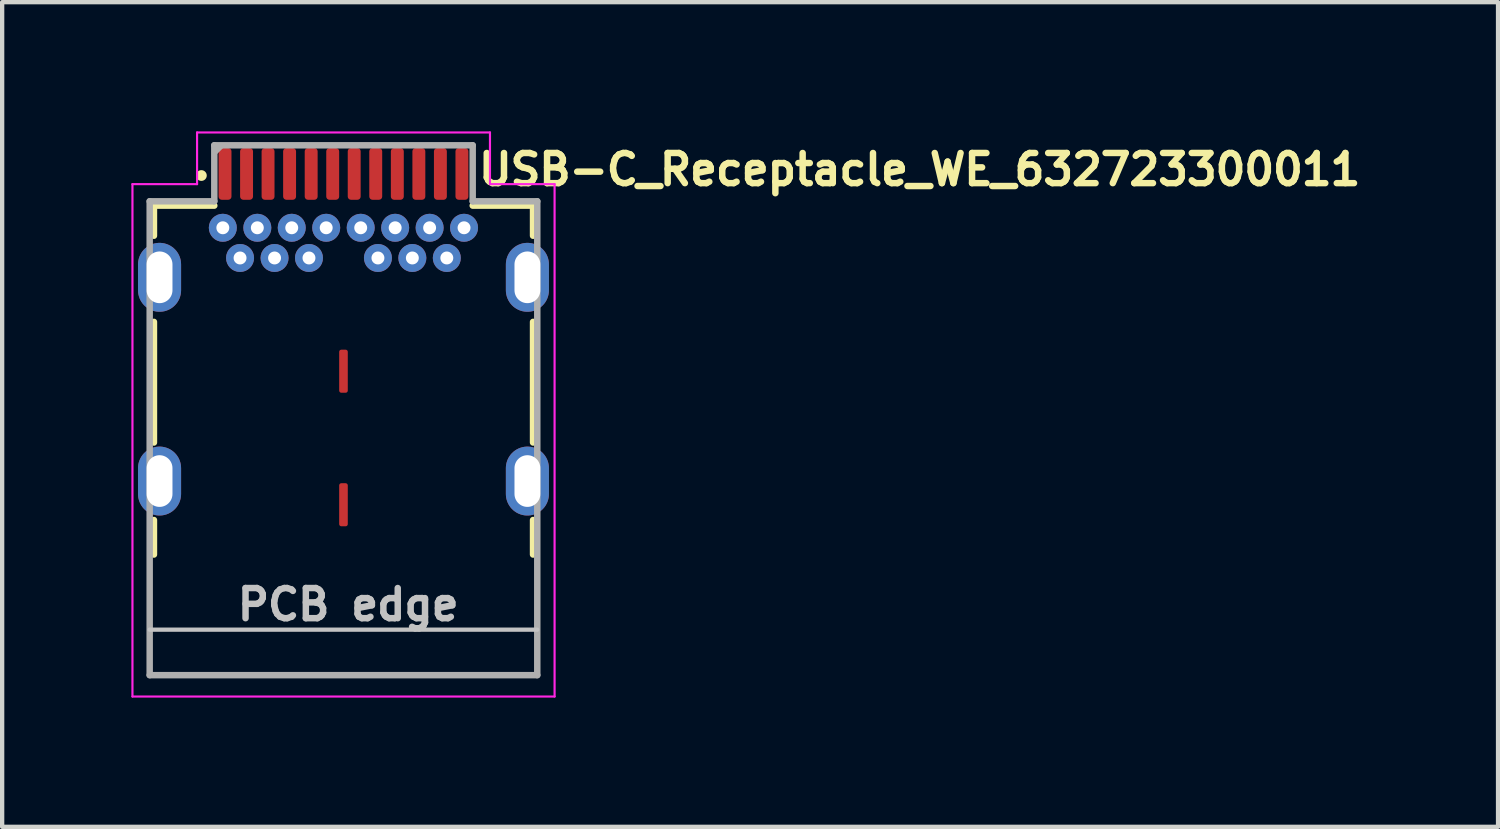
<source format=kicad_pcb>
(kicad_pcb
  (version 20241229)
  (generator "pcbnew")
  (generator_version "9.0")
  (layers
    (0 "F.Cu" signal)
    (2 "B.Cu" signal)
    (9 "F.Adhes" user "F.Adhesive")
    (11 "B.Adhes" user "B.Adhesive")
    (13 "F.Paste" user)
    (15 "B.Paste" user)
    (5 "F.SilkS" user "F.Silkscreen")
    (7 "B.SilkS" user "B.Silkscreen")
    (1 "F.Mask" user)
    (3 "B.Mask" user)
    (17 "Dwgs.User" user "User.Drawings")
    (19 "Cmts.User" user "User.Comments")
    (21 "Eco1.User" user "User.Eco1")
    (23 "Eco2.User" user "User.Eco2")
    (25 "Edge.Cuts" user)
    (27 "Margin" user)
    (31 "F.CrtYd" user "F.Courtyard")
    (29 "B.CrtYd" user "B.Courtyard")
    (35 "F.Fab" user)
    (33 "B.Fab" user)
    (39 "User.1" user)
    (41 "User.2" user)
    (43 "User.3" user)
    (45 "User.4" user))
  (footprint "USB-C_Receptacle_WE_632723300011"
    (layer "F.Cu")
    (at 4.925 6.625)
    (property "Reference" "USB-C_Receptacle_WE_632723300011" (at 3.06 -5.33 0) (layer "F.SilkS") (effects (font (size 0.7 0.7) (thickness 0.15)) (justify left bottom)))
    (attr smd)
    (fp_line (start -4.401 -4.901) (end -4.401 -4.202) (stroke (width 0.15) (type solid)) (layer "F.SilkS"))
    (fp_line (start -4.401 -4.901) (end -3 -4.901) (stroke (width 0.15) (type solid)) (layer "F.SilkS"))
    (fp_line (start -4.401 -2.202) (end -4.401 0.598) (stroke (width 0.15) (type solid)) (layer "F.SilkS"))
    (fp_line (start -4.401 2.398) (end -4.401 3.199) (stroke (width 0.15) (type solid)) (layer "F.SilkS"))
    (fp_line (start 2.999 -4.901) (end 4.4 -4.901) (stroke (width 0.15) (type solid)) (layer "F.SilkS"))
    (fp_line (start 4.4 -4.202) (end 4.4 -4.901) (stroke (width 0.15) (type solid)) (layer "F.SilkS"))
    (fp_line (start 4.4 -2.202) (end 4.4 0.598) (stroke (width 0.15) (type solid)) (layer "F.SilkS"))
    (fp_line (start 4.4 2.398) (end 4.4 3.199) (stroke (width 0.15) (type solid)) (layer "F.SilkS"))
    (fp_circle (center -3.3 -5.6) (end -3.25 -5.6) (stroke (width 0.15) (type solid)) (fill yes) (layer "F.SilkS"))
    (fp_line (start 4.498 4.943) (end -4.5 4.943) (stroke (width 0.1) (type solid)) (layer "Dwgs.User"))
    (fp_line (start -4.9 -5.4) (end -3.4 -5.4) (stroke (width 0.05) (type solid)) (layer "F.CrtYd"))
    (fp_line (start -4.9 6.495) (end -4.9 -5.4) (stroke (width 0.05) (type solid)) (layer "F.CrtYd"))
    (fp_line (start -3.4 -6.6) (end 3.4 -6.6) (stroke (width 0.05) (type solid)) (layer "F.CrtYd"))
    (fp_line (start -3.4 -5.4) (end -3.4 -6.6) (stroke (width 0.05) (type solid)) (layer "F.CrtYd"))
    (fp_line (start 3.4 -6.6) (end 3.4 -5.4) (stroke (width 0.05) (type solid)) (layer "F.CrtYd"))
    (fp_line (start 3.4 -5.4) (end 4.9 -5.4) (stroke (width 0.05) (type solid)) (layer "F.CrtYd"))
    (fp_line (start 4.9 -5.4) (end 4.9 6.495) (stroke (width 0.05) (type solid)) (layer "F.CrtYd"))
    (fp_line (start 4.9 6.495) (end -4.9 6.495) (stroke (width 0.05) (type solid)) (layer "F.CrtYd"))
    (fp_line (start -4.5 -5.002) (end -4.5 5.999) (stroke (width 0.15) (type solid)) (layer "F.Fab"))
    (fp_line (start -4.5 5.999) (end 4.498 5.999) (stroke (width 0.15) (type solid)) (layer "F.Fab"))
    (fp_line (start -3 -6.302) (end -3 -5.002) (stroke (width 0.15) (type solid)) (layer "F.Fab"))
    (fp_line (start -3 -5.002) (end -4.5 -5.002) (stroke (width 0.15) (type solid)) (layer "F.Fab"))
    (fp_line (start -2.98 -6.16) (end -2.86 -6.28) (stroke (width 0.15) (type solid)) (layer "F.Fab"))
    (fp_line (start 2.999 -6.302) (end -3 -6.302) (stroke (width 0.15) (type solid)) (layer "F.Fab"))
    (fp_line (start 2.999 -5.002) (end 2.999 -6.302) (stroke (width 0.15) (type solid)) (layer "F.Fab"))
    (fp_line (start 4.498 -5.002) (end 2.999 -5.002) (stroke (width 0.15) (type solid)) (layer "F.Fab"))
    (fp_line (start 4.498 5.999) (end 4.498 -5.002) (stroke (width 0.15) (type solid)) (layer "F.Fab"))
    (fp_rect (start -4.372 -5.898) (end 4.37 5.895) (stroke (width 0.1) (type solid)) (fill no) (layer "User.5"))
    (fp_line (start -4.372 -4.704) (end -4.372 3.346) (stroke (width 0.02) (type solid)) (layer "User.9"))
    (fp_line (start -4.372 3.346) (end -4.369 3.346) (stroke (width 0.02) (type solid)) (layer "User.9"))
    (fp_line (start -4.372 4.996) (end -4.372 5.895) (stroke (width 0.02) (type solid)) (layer "User.9"))
    (fp_line (start -4.369 3.346) (end -4.369 3.346) (stroke (width 0.02) (type solid)) (layer "User.9"))
    (fp_line (start -4.369 3.346) (end -4.369 3.346) (stroke (width 0.02) (type solid)) (layer "User.9"))
    (fp_line (start -4.369 3.346) (end -4.367 3.346) (stroke (width 0.02) (type solid)) (layer "User.9"))
    (fp_line (start -4.369 4.985) (end -4.369 4.991) (stroke (width 0.02) (type solid)) (layer "User.9"))
    (fp_line (start -4.369 4.991) (end -4.369 4.996) (stroke (width 0.02) (type solid)) (layer "User.9"))
    (fp_line (start -4.369 4.996) (end -4.372 4.996) (stroke (width 0.02) (type solid)) (layer "User.9"))
    (fp_line (start -4.369 4.996) (end -4.369 4.996) (stroke (width 0.02) (type solid)) (layer "User.9"))
    (fp_line (start -4.367 3.346) (end -4.369 3.346) (stroke (width 0.02) (type solid)) (layer "User.9"))
    (fp_line (start -4.367 3.346) (end -4.367 3.347) (stroke (width 0.02) (type solid)) (layer "User.9"))
    (fp_line (start -4.367 3.347) (end -4.366 3.347) (stroke (width 0.02) (type solid)) (layer "User.9"))
    (fp_line (start -4.367 4.978) (end -4.369 4.985) (stroke (width 0.02) (type solid)) (layer "User.9"))
    (fp_line (start -4.367 4.996) (end -4.369 4.996) (stroke (width 0.02) (type solid)) (layer "User.9"))
    (fp_line (start -4.366 3.347) (end -4.367 3.346) (stroke (width 0.02) (type solid)) (layer "User.9"))
    (fp_line (start -4.366 3.347) (end -4.366 3.35) (stroke (width 0.02) (type solid)) (layer "User.9"))
    (fp_line (start -4.366 3.35) (end -4.366 3.347) (stroke (width 0.02) (type solid)) (layer "User.9"))
    (fp_line (start -4.366 3.35) (end -4.366 3.354) (stroke (width 0.02) (type solid)) (layer "User.9"))
    (fp_line (start -4.366 3.354) (end -4.366 3.35) (stroke (width 0.02) (type solid)) (layer "User.9"))
    (fp_line (start -4.366 3.354) (end -4.364 3.358) (stroke (width 0.02) (type solid)) (layer "User.9"))
    (fp_line (start -4.366 4.972) (end -4.367 4.978) (stroke (width 0.02) (type solid)) (layer "User.9"))
    (fp_line (start -4.366 4.972) (end -4.358 4.937) (stroke (width 0.02) (type solid)) (layer "User.9"))
    (fp_line (start -4.366 4.988) (end -4.366 4.991) (stroke (width 0.02) (type solid)) (layer "User.9"))
    (fp_line (start -4.366 4.991) (end -4.366 4.993) (stroke (width 0.02) (type solid)) (layer "User.9"))
    (fp_line (start -4.366 4.993) (end -4.367 4.996) (stroke (width 0.02) (type solid)) (layer "User.9"))
    (fp_line (start -4.364 -4.704) (end -4.372 -4.704) (stroke (width 0.02) (type solid)) (layer "User.9"))
    (fp_line (start -4.364 -4.704) (end -4.364 -4.704) (stroke (width 0.02) (type solid)) (layer "User.9"))
    (fp_line (start -4.364 3.358) (end -4.364 3.363) (stroke (width 0.02) (type solid)) (layer "User.9"))
    (fp_line (start -4.364 3.363) (end -4.366 3.354) (stroke (width 0.02) (type solid)) (layer "User.9"))
    (fp_line (start -4.364 3.363) (end -4.363 3.37) (stroke (width 0.02) (type solid)) (layer "User.9"))
    (fp_line (start -4.364 4.978) (end -4.366 4.988) (stroke (width 0.02) (type solid)) (layer "User.9"))
    (fp_line (start -4.364 5.895) (end -4.372 5.895) (stroke (width 0.02) (type solid)) (layer "User.9"))
    (fp_line (start -4.364 5.895) (end -4.364 5.895) (stroke (width 0.02) (type solid)) (layer "User.9"))
    (fp_line (start -4.363 3.37) (end -4.361 3.375) (stroke (width 0.02) (type solid)) (layer "User.9"))
    (fp_line (start -4.363 4.974) (end -4.366 4.972) (stroke (width 0.02) (type solid)) (layer "User.9"))
    (fp_line (start -4.361 3.375) (end -4.364 3.363) (stroke (width 0.02) (type solid)) (layer "User.9"))
    (fp_line (start -4.361 3.375) (end -4.361 3.383) (stroke (width 0.02) (type solid)) (layer "User.9"))
    (fp_line (start -4.361 3.383) (end -4.359 3.39) (stroke (width 0.02) (type solid)) (layer "User.9"))
    (fp_line (start -4.361 4.966) (end -4.364 4.978) (stroke (width 0.02) (type solid)) (layer "User.9"))
    (fp_line (start -4.359 3.39) (end -4.361 3.375) (stroke (width 0.02) (type solid)) (layer "User.9"))
    (fp_line (start -4.359 3.39) (end -4.358 3.399) (stroke (width 0.02) (type solid)) (layer "User.9"))
    (fp_line (start -4.359 4.951) (end -4.361 4.966) (stroke (width 0.02) (type solid)) (layer "User.9"))
    (fp_line (start -4.358 3.399) (end -4.358 3.407) (stroke (width 0.02) (type solid)) (layer "User.9"))
    (fp_line (start -4.358 3.407) (end -4.359 3.39) (stroke (width 0.02) (type solid)) (layer "User.9"))
    (fp_line (start -4.358 3.407) (end -4.358 3.417) (stroke (width 0.02) (type solid)) (layer "User.9"))
    (fp_line (start -4.358 3.417) (end -4.356 3.426) (stroke (width 0.02) (type solid)) (layer "User.9"))
    (fp_line (start -4.358 4.934) (end -4.359 4.951) (stroke (width 0.02) (type solid)) (layer "User.9"))
    (fp_line (start -4.356 3.426) (end -4.358 3.407) (stroke (width 0.02) (type solid)) (layer "User.9"))
    (fp_line (start -4.356 3.426) (end -4.356 3.435) (stroke (width 0.02) (type solid)) (layer "User.9"))
    (fp_line (start -4.356 3.435) (end -4.356 3.446) (stroke (width 0.02) (type solid)) (layer "User.9"))
    (fp_line (start -4.356 3.446) (end -4.356 3.426) (stroke (width 0.02) (type solid)) (layer "User.9"))
    (fp_line (start -4.356 3.446) (end -4.356 4.895) (stroke (width 0.02) (type solid)) (layer "User.9"))
    (fp_line (start -4.356 3.446) (end -4.356 4.895) (stroke (width 0.02) (type solid)) (layer "User.9"))
    (fp_line (start -4.356 4.895) (end -4.356 4.916) (stroke (width 0.02) (type solid)) (layer "User.9"))
    (fp_line (start -4.356 4.916) (end -4.358 4.934) (stroke (width 0.02) (type solid)) (layer "User.9"))
    (fp_line (start -4.345 -4.704) (end -4.364 -4.704) (stroke (width 0.02) (type solid)) (layer "User.9"))
    (fp_line (start -4.345 -4.704) (end -4.345 -4.704) (stroke (width 0.02) (type solid)) (layer "User.9"))
    (fp_line (start -4.345 5.895) (end -4.364 5.895) (stroke (width 0.02) (type solid)) (layer "User.9"))
    (fp_line (start -4.345 5.895) (end -4.345 5.895) (stroke (width 0.02) (type solid)) (layer "User.9"))
    (fp_line (start -4.314 -4.704) (end -4.345 -4.704) (stroke (width 0.02) (type solid)) (layer "User.9"))
    (fp_line (start -4.314 -4.704) (end -4.314 -4.704) (stroke (width 0.02) (type solid)) (layer "User.9"))
    (fp_line (start -4.314 5.895) (end -4.345 5.895) (stroke (width 0.02) (type solid)) (layer "User.9"))
    (fp_line (start -4.314 5.895) (end -4.314 5.895) (stroke (width 0.02) (type solid)) (layer "User.9"))
    (fp_line (start -4.271 -4.704) (end -4.314 -4.704) (stroke (width 0.02) (type solid)) (layer "User.9"))
    (fp_line (start -4.271 -4.704) (end -4.271 -4.704) (stroke (width 0.02) (type solid)) (layer "User.9"))
    (fp_line (start -4.271 5.895) (end -4.314 5.895) (stroke (width 0.02) (type solid)) (layer "User.9"))
    (fp_line (start -4.271 5.895) (end -4.271 5.895) (stroke (width 0.02) (type solid)) (layer "User.9"))
    (fp_line (start -4.218 -4.704) (end -4.271 -4.704) (stroke (width 0.02) (type solid)) (layer "User.9"))
    (fp_line (start -4.218 -4.704) (end -4.218 -4.704) (stroke (width 0.02) (type solid)) (layer "User.9"))
    (fp_line (start -4.218 5.895) (end -4.271 5.895) (stroke (width 0.02) (type solid)) (layer "User.9"))
    (fp_line (start -4.218 5.895) (end -4.218 5.895) (stroke (width 0.02) (type solid)) (layer "User.9"))
    (fp_line (start -4.153 -4.704) (end -4.218 -4.704) (stroke (width 0.02) (type solid)) (layer "User.9"))
    (fp_line (start -4.153 -4.704) (end -4.153 -4.704) (stroke (width 0.02) (type solid)) (layer "User.9"))
    (fp_line (start -4.153 5.895) (end -4.218 5.895) (stroke (width 0.02) (type solid)) (layer "User.9"))
    (fp_line (start -4.153 5.895) (end -4.153 5.895) (stroke (width 0.02) (type solid)) (layer "User.9"))
    (fp_line (start -4.079 -4.704) (end -4.153 -4.704) (stroke (width 0.02) (type solid)) (layer "User.9"))
    (fp_line (start -4.079 -4.704) (end -4.079 -4.704) (stroke (width 0.02) (type solid)) (layer "User.9"))
    (fp_line (start -4.079 5.895) (end -4.153 5.895) (stroke (width 0.02) (type solid)) (layer "User.9"))
    (fp_line (start -4.079 5.895) (end -4.079 5.895) (stroke (width 0.02) (type solid)) (layer "User.9"))
    (fp_line (start -3.903 -4.704) (end -4.079 -4.704) (stroke (width 0.02) (type solid)) (layer "User.9"))
    (fp_line (start -3.903 -4.704) (end -3.903 -4.704) (stroke (width 0.02) (type solid)) (layer "User.9"))
    (fp_line (start -3.903 5.895) (end -4.079 5.895) (stroke (width 0.02) (type solid)) (layer "User.9"))
    (fp_line (start -3.903 5.895) (end -3.903 5.895) (stroke (width 0.02) (type solid)) (layer "User.9"))
    (fp_line (start -3.701 -4.704) (end -3.903 -4.704) (stroke (width 0.02) (type solid)) (layer "User.9"))
    (fp_line (start -3.701 -4.704) (end -3.701 -4.704) (stroke (width 0.02) (type solid)) (layer "User.9"))
    (fp_line (start -3.701 5.895) (end -3.903 5.895) (stroke (width 0.02) (type solid)) (layer "User.9"))
    (fp_line (start -3.701 5.895) (end -3.701 5.895) (stroke (width 0.02) (type solid)) (layer "User.9"))
    (fp_line (start -3.371 -4.704) (end -3.701 -4.704) (stroke (width 0.02) (type solid)) (layer "User.9"))
    (fp_line (start -3.371 5.895) (end -3.701 5.895) (stroke (width 0.02) (type solid)) (layer "User.9"))
    (fp_line (start -3.081 -4.704) (end -3.081 -5.303) (stroke (width 0.02) (type solid)) (layer "User.9"))
    (fp_line (start -2.891 -5.414) (end -2.61 -5.414) (stroke (width 0.02) (type solid)) (layer "User.9"))
    (fp_line (start -2.891 -5.324) (end -2.891 -5.414) (stroke (width 0.02) (type solid)) (layer "User.9"))
    (fp_line (start -2.891 -5.324) (end -2.891 -5.324) (stroke (width 0.02) (type solid)) (layer "User.9"))
    (fp_line (start -2.891 -5.303) (end -3.081 -5.303) (stroke (width 0.02) (type solid)) (layer "User.9"))
    (fp_line (start -2.891 -5.104) (end -2.891 -5.324) (stroke (width 0.02) (type solid)) (layer "User.9"))
    (fp_line (start -2.891 -4.704) (end -2.891 -5.104) (stroke (width 0.02) (type solid)) (layer "User.9"))
    (fp_line (start -2.851 -5.898) (end -2.65 -5.898) (stroke (width 0.02) (type solid)) (layer "User.9"))
    (fp_line (start -2.851 -5.465) (end -2.851 -5.898) (stroke (width 0.02) (type solid)) (layer "User.9"))
    (fp_line (start -2.851 -5.414) (end -2.851 -5.465) (stroke (width 0.02) (type solid)) (layer "User.9"))
    (fp_line (start -2.65 -5.465) (end -2.65 -5.898) (stroke (width 0.02) (type solid)) (layer "User.9"))
    (fp_line (start -2.65 -5.414) (end -2.65 -5.465) (stroke (width 0.02) (type solid)) (layer "User.9"))
    (fp_line (start -2.61 -5.324) (end -2.61 -5.414) (stroke (width 0.02) (type solid)) (layer "User.9"))
    (fp_line (start -2.61 -5.324) (end -2.61 -5.324) (stroke (width 0.02) (type solid)) (layer "User.9"))
    (fp_line (start -2.61 -5.104) (end -2.61 -5.324) (stroke (width 0.02) (type solid)) (layer "User.9"))
    (fp_line (start -2.61 -4.704) (end -2.61 -5.104) (stroke (width 0.02) (type solid)) (layer "User.9"))
    (fp_line (start -2.5 3.495) (end -2.302 3.495) (stroke (width 0.02) (type solid)) (layer "User.9"))
    (fp_line (start -2.4 3.196) (end -2.4 2.673) (stroke (width 0.02) (type solid)) (layer "User.9"))
    (fp_line (start -2.391 -5.414) (end -2.11 -5.414) (stroke (width 0.02) (type solid)) (layer "User.9"))
    (fp_line (start -2.391 -5.324) (end -2.391 -5.414) (stroke (width 0.02) (type solid)) (layer "User.9"))
    (fp_line (start -2.391 -5.324) (end -2.391 -5.324) (stroke (width 0.02) (type solid)) (layer "User.9"))
    (fp_line (start -2.391 -5.303) (end -2.61 -5.303) (stroke (width 0.02) (type solid)) (layer "User.9"))
    (fp_line (start -2.391 -5.104) (end -2.391 -5.324) (stroke (width 0.02) (type solid)) (layer "User.9"))
    (fp_line (start -2.391 -4.704) (end -2.391 -5.104) (stroke (width 0.02) (type solid)) (layer "User.9"))
    (fp_line (start -2.391 3.109) (end -2.391 2.591) (stroke (width 0.02) (type solid)) (layer "User.9"))
    (fp_line (start -2.391 3.109) (end -2.34 3.196) (stroke (width 0.02) (type solid)) (layer "User.9"))
    (fp_line (start -2.391 3.109) (end -2.257 3.109) (stroke (width 0.02) (type solid)) (layer "User.9"))
    (fp_line (start -2.351 -5.898) (end -2.15 -5.898) (stroke (width 0.02) (type solid)) (layer "User.9"))
    (fp_line (start -2.351 -5.465) (end -2.351 -5.898) (stroke (width 0.02) (type solid)) (layer "User.9"))
    (fp_line (start -2.351 -5.414) (end -2.351 -5.465) (stroke (width 0.02) (type solid)) (layer "User.9"))
    (fp_line (start -2.302 3.506) (end -2.302 3.495) (stroke (width 0.02) (type solid)) (layer "User.9"))
    (fp_line (start -2.301 3.484) (end -2.301 3.506) (stroke (width 0.02) (type solid)) (layer "User.9"))
    (fp_line (start -2.301 3.506) (end -2.302 3.506) (stroke (width 0.02) (type solid)) (layer "User.9"))
    (fp_line (start -2.299 3.463) (end -2.301 3.484) (stroke (width 0.02) (type solid)) (layer "User.9"))
    (fp_line (start -2.299 3.463) (end -2.057 1.489) (stroke (width 0.02) (type solid)) (layer "User.9"))
    (fp_line (start -2.266 3.196) (end -2.4 3.196) (stroke (width 0.02) (type solid)) (layer "User.9"))
    (fp_line (start -2.266 3.196) (end -2.34 3.196) (stroke (width 0.02) (type solid)) (layer "User.9"))
    (fp_line (start -2.25 1.439) (end -2.5 3.495) (stroke (width 0.02) (type solid)) (layer "User.9"))
    (fp_line (start -2.247 1.415) (end -2.25 1.439) (stroke (width 0.02) (type solid)) (layer "User.9"))
    (fp_line (start -2.243 1.392) (end -2.247 1.415) (stroke (width 0.02) (type solid)) (layer "User.9"))
    (fp_line (start -2.238 1.37) (end -2.243 1.392) (stroke (width 0.02) (type solid)) (layer "User.9"))
    (fp_line (start -2.231 1.348) (end -2.238 1.37) (stroke (width 0.02) (type solid)) (layer "User.9"))
    (fp_line (start -2.223 1.326) (end -2.231 1.348) (stroke (width 0.02) (type solid)) (layer "User.9"))
    (fp_line (start -2.215 1.304) (end -2.223 1.326) (stroke (width 0.02) (type solid)) (layer "User.9"))
    (fp_line (start -2.206 1.284) (end -2.215 1.304) (stroke (width 0.02) (type solid)) (layer "User.9"))
    (fp_line (start -2.202 1.273) (end -2.202 1.445) (stroke (width 0.02) (type solid)) (layer "User.9"))
    (fp_line (start -2.202 1.445) (end -2.054 1.445) (stroke (width 0.02) (type solid)) (layer "User.9"))
    (fp_line (start -2.195 1.263) (end -2.206 1.284) (stroke (width 0.02) (type solid)) (layer "User.9"))
    (fp_line (start -2.185 1.243) (end -2.195 1.263) (stroke (width 0.02) (type solid)) (layer "User.9"))
    (fp_line (start -2.173 1.225) (end -2.185 1.243) (stroke (width 0.02) (type solid)) (layer "User.9"))
    (fp_line (start -2.16 1.205) (end -2.173 1.225) (stroke (width 0.02) (type solid)) (layer "User.9"))
    (fp_line (start -2.15 -5.465) (end -2.15 -5.898) (stroke (width 0.02) (type solid)) (layer "User.9"))
    (fp_line (start -2.15 -5.414) (end -2.351 -5.414) (stroke (width 0.02) (type solid)) (layer "User.9"))
    (fp_line (start -2.15 -5.414) (end -2.15 -5.465) (stroke (width 0.02) (type solid)) (layer "User.9"))
    (fp_line (start -2.146 1.187) (end -2.16 1.205) (stroke (width 0.02) (type solid)) (layer "User.9"))
    (fp_line (start -2.133 1.171) (end -2.146 1.187) (stroke (width 0.02) (type solid)) (layer "User.9"))
    (fp_line (start -2.129 1.165) (end -1.373 1.165) (stroke (width 0.02) (type solid)) (layer "User.9"))
    (fp_line (start -2.117 1.153) (end -2.133 1.171) (stroke (width 0.02) (type solid)) (layer "User.9"))
    (fp_line (start -2.11 -5.324) (end -2.11 -5.414) (stroke (width 0.02) (type solid)) (layer "User.9"))
    (fp_line (start -2.11 -5.324) (end -2.11 -5.324) (stroke (width 0.02) (type solid)) (layer "User.9"))
    (fp_line (start -2.11 -5.104) (end -2.11 -5.324) (stroke (width 0.02) (type solid)) (layer "User.9"))
    (fp_line (start -2.11 -4.704) (end -2.11 -5.104) (stroke (width 0.02) (type solid)) (layer "User.9"))
    (fp_line (start -2.11 1.933) (end -2.11 1.445) (stroke (width 0.02) (type solid)) (layer "User.9"))
    (fp_line (start -2.101 1.138) (end -2.117 1.153) (stroke (width 0.02) (type solid)) (layer "User.9"))
    (fp_line (start -2.101 1.445) (end -2.101 1.852) (stroke (width 0.02) (type solid)) (layer "User.9"))
    (fp_line (start -2.085 1.122) (end -2.101 1.138) (stroke (width 0.02) (type solid)) (layer "User.9"))
    (fp_line (start -2.068 1.108) (end -2.085 1.122) (stroke (width 0.02) (type solid)) (layer "User.9"))
    (fp_line (start -2.057 1.552) (end -2.057 1.489) (stroke (width 0.02) (type solid)) (layer "User.9"))
    (fp_line (start -2.057 1.552) (end -2.054 1.552) (stroke (width 0.02) (type solid)) (layer "User.9"))
    (fp_line (start -2.054 1.517) (end -2.054 1.417) (stroke (width 0.02) (type solid)) (layer "User.9"))
    (fp_line (start -2.054 1.552) (end -2.054 1.517) (stroke (width 0.02) (type solid)) (layer "User.9"))
    (fp_line (start -2.053 1.398) (end -2.053 1.409) (stroke (width 0.02) (type solid)) (layer "User.9"))
    (fp_line (start -2.053 1.409) (end -2.054 1.417) (stroke (width 0.02) (type solid)) (layer "User.9"))
    (fp_line (start -2.053 1.515) (end -2.053 1.517) (stroke (width 0.02) (type solid)) (layer "User.9"))
    (fp_line (start -2.053 1.517) (end -2.054 1.517) (stroke (width 0.02) (type solid)) (layer "User.9"))
    (fp_line (start -2.052 1.39) (end -2.053 1.398) (stroke (width 0.02) (type solid)) (layer "User.9"))
    (fp_line (start -2.052 1.513) (end -2.053 1.515) (stroke (width 0.02) (type solid)) (layer "User.9"))
    (fp_line (start -2.05 1.094) (end -2.068 1.108) (stroke (width 0.02) (type solid)) (layer "User.9"))
    (fp_line (start -2.05 1.382) (end -2.052 1.39) (stroke (width 0.02) (type solid)) (layer "User.9"))
    (fp_line (start -2.05 1.511) (end -2.052 1.513) (stroke (width 0.02) (type solid)) (layer "User.9"))
    (fp_line (start -2.049 1.374) (end -2.05 1.382) (stroke (width 0.02) (type solid)) (layer "User.9"))
    (fp_line (start -2.049 1.509) (end -2.05 1.511) (stroke (width 0.02) (type solid)) (layer "User.9"))
    (fp_line (start -2.048 1.358) (end -2.048 1.366) (stroke (width 0.02) (type solid)) (layer "User.9"))
    (fp_line (start -2.048 1.366) (end -2.049 1.374) (stroke (width 0.02) (type solid)) (layer "User.9"))
    (fp_line (start -2.048 1.505) (end -2.048 1.507) (stroke (width 0.02) (type solid)) (layer "User.9"))
    (fp_line (start -2.048 1.507) (end -2.049 1.509) (stroke (width 0.02) (type solid)) (layer "User.9"))
    (fp_line (start -2.047 1.35) (end -2.048 1.358) (stroke (width 0.02) (type solid)) (layer "User.9"))
    (fp_line (start -2.047 1.505) (end -2.048 1.505) (stroke (width 0.02) (type solid)) (layer "User.9"))
    (fp_line (start -2.044 1.338) (end -2.044 1.344) (stroke (width 0.02) (type solid)) (layer "User.9"))
    (fp_line (start -2.044 1.344) (end -2.047 1.35) (stroke (width 0.02) (type solid)) (layer "User.9"))
    (fp_line (start -2.044 1.501) (end -2.044 1.503) (stroke (width 0.02) (type solid)) (layer "User.9"))
    (fp_line (start -2.044 1.503) (end -2.047 1.505) (stroke (width 0.02) (type solid)) (layer "User.9"))
    (fp_line (start -2.041 1.332) (end -2.044 1.338) (stroke (width 0.02) (type solid)) (layer "User.9"))
    (fp_line (start -2.041 1.501) (end -2.044 1.501) (stroke (width 0.02) (type solid)) (layer "User.9"))
    (fp_line (start -2.04 1.326) (end -2.041 1.332) (stroke (width 0.02) (type solid)) (layer "User.9"))
    (fp_line (start -2.04 1.499) (end -2.041 1.501) (stroke (width 0.02) (type solid)) (layer "User.9"))
    (fp_line (start -2.039 1.322) (end -2.04 1.326) (stroke (width 0.02) (type solid)) (layer "User.9"))
    (fp_line (start -2.039 1.499) (end -2.04 1.499) (stroke (width 0.02) (type solid)) (layer "User.9"))
    (fp_line (start -2.036 1.316) (end -2.039 1.322) (stroke (width 0.02) (type solid)) (layer "User.9"))
    (fp_line (start -2.036 1.497) (end -2.039 1.499) (stroke (width 0.02) (type solid)) (layer "User.9"))
    (fp_line (start -2.035 1.312) (end -2.036 1.316) (stroke (width 0.02) (type solid)) (layer "User.9"))
    (fp_line (start -2.035 1.497) (end -2.036 1.497) (stroke (width 0.02) (type solid)) (layer "User.9"))
    (fp_line (start -2.032 1.082) (end -2.05 1.094) (stroke (width 0.02) (type solid)) (layer "User.9"))
    (fp_line (start -2.032 1.308) (end -2.035 1.312) (stroke (width 0.02) (type solid)) (layer "User.9"))
    (fp_line (start -2.032 1.495) (end -2.035 1.497) (stroke (width 0.02) (type solid)) (layer "User.9"))
    (fp_line (start -2.032 1.495) (end -2.032 1.308) (stroke (width 0.02) (type solid)) (layer "User.9"))
    (fp_line (start -2.032 1.495) (end -2.024 1.489) (stroke (width 0.02) (type solid)) (layer "User.9"))
    (fp_line (start -2.024 1.3) (end -2.032 1.308) (stroke (width 0.02) (type solid)) (layer "User.9"))
    (fp_line (start -2.024 1.489) (end -2.012 1.483) (stroke (width 0.02) (type solid)) (layer "User.9"))
    (fp_line (start -2.013 1.07) (end -2.032 1.082) (stroke (width 0.02) (type solid)) (layer "User.9"))
    (fp_line (start -2.012 1.294) (end -2.024 1.3) (stroke (width 0.02) (type solid)) (layer "User.9"))
    (fp_line (start -2.012 1.483) (end -2 1.475) (stroke (width 0.02) (type solid)) (layer "User.9"))
    (fp_line (start -2 1.288) (end -2.012 1.294) (stroke (width 0.02) (type solid)) (layer "User.9"))
    (fp_line (start -2 1.475) (end -1.986 1.469) (stroke (width 0.02) (type solid)) (layer "User.9"))
    (fp_line (start -1.994 1.058) (end -2.013 1.07) (stroke (width 0.02) (type solid)) (layer "User.9"))
    (fp_line (start -1.986 1.282) (end -2 1.288) (stroke (width 0.02) (type solid)) (layer "User.9"))
    (fp_line (start -1.986 1.469) (end -1.972 1.463) (stroke (width 0.02) (type solid)) (layer "User.9"))
    (fp_line (start -1.974 1.048) (end -1.994 1.058) (stroke (width 0.02) (type solid)) (layer "User.9"))
    (fp_line (start -1.972 1.275) (end -1.986 1.282) (stroke (width 0.02) (type solid)) (layer "User.9"))
    (fp_line (start -1.972 1.463) (end -1.956 1.459) (stroke (width 0.02) (type solid)) (layer "User.9"))
    (fp_line (start -1.956 1.271) (end -1.972 1.275) (stroke (width 0.02) (type solid)) (layer "User.9"))
    (fp_line (start -1.956 1.459) (end -1.938 1.453) (stroke (width 0.02) (type solid)) (layer "User.9"))
    (fp_line (start -1.954 1.038) (end -1.974 1.048) (stroke (width 0.02) (type solid)) (layer "User.9"))
    (fp_line (start -1.938 1.265) (end -1.956 1.271) (stroke (width 0.02) (type solid)) (layer "User.9"))
    (fp_line (start -1.938 1.453) (end -1.92 1.449) (stroke (width 0.02) (type solid)) (layer "User.9"))
    (fp_line (start -1.932 1.03) (end -1.954 1.038) (stroke (width 0.02) (type solid)) (layer "User.9"))
    (fp_line (start -1.92 1.261) (end -1.938 1.265) (stroke (width 0.02) (type solid)) (layer "User.9"))
    (fp_line (start -1.92 1.449) (end -1.901 1.445) (stroke (width 0.02) (type solid)) (layer "User.9"))
    (fp_line (start -1.911 1.021) (end -1.932 1.03) (stroke (width 0.02) (type solid)) (layer "User.9"))
    (fp_line (start -1.901 1.257) (end -1.92 1.261) (stroke (width 0.02) (type solid)) (layer "User.9"))
    (fp_line (start -1.901 1.445) (end -1.881 1.441) (stroke (width 0.02) (type solid)) (layer "User.9"))
    (fp_line (start -1.891 -5.414) (end -1.611 -5.414) (stroke (width 0.02) (type solid)) (layer "User.9"))
    (fp_line (start -1.891 -5.324) (end -1.891 -5.414) (stroke (width 0.02) (type solid)) (layer "User.9"))
    (fp_line (start -1.891 -5.324) (end -1.891 -5.324) (stroke (width 0.02) (type solid)) (layer "User.9"))
    (fp_line (start -1.891 -5.303) (end -2.11 -5.303) (stroke (width 0.02) (type solid)) (layer "User.9"))
    (fp_line (start -1.891 -5.104) (end -1.891 -5.324) (stroke (width 0.02) (type solid)) (layer "User.9"))
    (fp_line (start -1.891 -4.704) (end -1.891 -5.104) (stroke (width 0.02) (type solid)) (layer "User.9"))
    (fp_line (start -1.889 1.015) (end -1.911 1.021) (stroke (width 0.02) (type solid)) (layer "User.9"))
    (fp_line (start -1.881 1.253) (end -1.901 1.257) (stroke (width 0.02) (type solid)) (layer "User.9"))
    (fp_line (start -1.881 1.441) (end -1.861 1.439) (stroke (width 0.02) (type solid)) (layer "User.9"))
    (fp_line (start -1.867 1.009) (end -1.889 1.015) (stroke (width 0.02) (type solid)) (layer "User.9"))
    (fp_line (start -1.861 1.251) (end -1.881 1.253) (stroke (width 0.02) (type solid)) (layer "User.9"))
    (fp_line (start -1.861 1.439) (end -1.841 1.437) (stroke (width 0.02) (type solid)) (layer "User.9"))
    (fp_line (start -1.851 -5.898) (end -1.651 -5.898) (stroke (width 0.02) (type solid)) (layer "User.9"))
    (fp_line (start -1.851 -5.465) (end -1.851 -5.898) (stroke (width 0.02) (type solid)) (layer "User.9"))
    (fp_line (start -1.851 -5.414) (end -1.851 -5.465) (stroke (width 0.02) (type solid)) (layer "User.9"))
    (fp_line (start -1.845 1.005) (end -1.867 1.009) (stroke (width 0.02) (type solid)) (layer "User.9"))
    (fp_line (start -1.841 1.249) (end -1.861 1.251) (stroke (width 0.02) (type solid)) (layer "User.9"))
    (fp_line (start -1.841 1.437) (end -1.819 1.435) (stroke (width 0.02) (type solid)) (layer "User.9"))
    (fp_line (start -1.821 1.001) (end -1.845 1.005) (stroke (width 0.02) (type solid)) (layer "User.9"))
    (fp_line (start -1.819 1.247) (end -1.841 1.249) (stroke (width 0.02) (type solid)) (layer "User.9"))
    (fp_line (start -1.819 1.435) (end -1.797 1.433) (stroke (width 0.02) (type solid)) (layer "User.9"))
    (fp_line (start -1.801 1.245) (end -1.801 1.165) (stroke (width 0.02) (type solid)) (layer "User.9"))
    (fp_line (start -1.799 0.998) (end -1.821 1.001) (stroke (width 0.02) (type solid)) (layer "User.9"))
    (fp_line (start -1.797 1.245) (end -1.819 1.247) (stroke (width 0.02) (type solid)) (layer "User.9"))
    (fp_line (start -1.797 1.433) (end -1.774 1.433) (stroke (width 0.02) (type solid)) (layer "User.9"))
    (fp_line (start -1.774 0.996) (end -1.799 0.998) (stroke (width 0.02) (type solid)) (layer "User.9"))
    (fp_line (start -1.774 1.245) (end -1.797 1.245) (stroke (width 0.02) (type solid)) (layer "User.9"))
    (fp_line (start -1.774 1.433) (end -1.75 1.431) (stroke (width 0.02) (type solid)) (layer "User.9"))
    (fp_line (start -1.75 0.995) (end -1.774 0.996) (stroke (width 0.02) (type solid)) (layer "User.9"))
    (fp_line (start -1.75 0.995) (end -1.75 0.995) (stroke (width 0.02) (type solid)) (layer "User.9"))
    (fp_line (start -1.75 1.243) (end -1.774 1.245) (stroke (width 0.02) (type solid)) (layer "User.9"))
    (fp_line (start -1.75 1.243) (end -1.75 1.243) (stroke (width 0.02) (type solid)) (layer "User.9"))
    (fp_line (start -1.75 1.431) (end -1.75 1.431) (stroke (width 0.02) (type solid)) (layer "User.9"))
    (fp_line (start -1.75 1.431) (end -1.728 1.433) (stroke (width 0.02) (type solid)) (layer "User.9"))
    (fp_line (start -1.728 0.996) (end -1.75 0.995) (stroke (width 0.02) (type solid)) (layer "User.9"))
    (fp_line (start -1.728 1.245) (end -1.75 1.243) (stroke (width 0.02) (type solid)) (layer "User.9"))
    (fp_line (start -1.728 1.433) (end -1.706 1.433) (stroke (width 0.02) (type solid)) (layer "User.9"))
    (fp_line (start -1.706 1.245) (end -1.728 1.245) (stroke (width 0.02) (type solid)) (layer "User.9"))
    (fp_line (start -1.706 1.433) (end -1.684 1.435) (stroke (width 0.02) (type solid)) (layer "User.9"))
    (fp_line (start -1.704 0.998) (end -1.728 0.996) (stroke (width 0.02) (type solid)) (layer "User.9"))
    (fp_line (start -1.7 1.165) (end -1.7 1.245) (stroke (width 0.02) (type solid)) (layer "User.9"))
    (fp_line (start -1.684 1.247) (end -1.706 1.245) (stroke (width 0.02) (type solid)) (layer "User.9"))
    (fp_line (start -1.684 1.435) (end -1.661 1.437) (stroke (width 0.02) (type solid)) (layer "User.9"))
    (fp_line (start -1.68 1.001) (end -1.704 0.998) (stroke (width 0.02) (type solid)) (layer "User.9"))
    (fp_line (start -1.661 1.249) (end -1.684 1.247) (stroke (width 0.02) (type solid)) (layer "User.9"))
    (fp_line (start -1.661 1.437) (end -1.641 1.439) (stroke (width 0.02) (type solid)) (layer "User.9"))
    (fp_line (start -1.657 1.005) (end -1.68 1.001) (stroke (width 0.02) (type solid)) (layer "User.9"))
    (fp_line (start -1.651 -5.465) (end -1.651 -5.898) (stroke (width 0.02) (type solid)) (layer "User.9"))
    (fp_line (start -1.651 -5.414) (end -1.651 -5.465) (stroke (width 0.02) (type solid)) (layer "User.9"))
    (fp_line (start -1.641 1.251) (end -1.661 1.249) (stroke (width 0.02) (type solid)) (layer "User.9"))
    (fp_line (start -1.641 1.439) (end -1.621 1.441) (stroke (width 0.02) (type solid)) (layer "User.9"))
    (fp_line (start -1.635 1.009) (end -1.657 1.005) (stroke (width 0.02) (type solid)) (layer "User.9"))
    (fp_line (start -1.621 1.253) (end -1.641 1.251) (stroke (width 0.02) (type solid)) (layer "User.9"))
    (fp_line (start -1.621 1.441) (end -1.601 1.445) (stroke (width 0.02) (type solid)) (layer "User.9"))
    (fp_line (start -1.613 1.015) (end -1.635 1.009) (stroke (width 0.02) (type solid)) (layer "User.9"))
    (fp_line (start -1.611 -5.324) (end -1.611 -5.414) (stroke (width 0.02) (type solid)) (layer "User.9"))
    (fp_line (start -1.611 -5.324) (end -1.611 -5.324) (stroke (width 0.02) (type solid)) (layer "User.9"))
    (fp_line (start -1.611 -5.104) (end -1.611 -5.324) (stroke (width 0.02) (type solid)) (layer "User.9"))
    (fp_line (start -1.611 -4.704) (end -1.611 -5.104) (stroke (width 0.02) (type solid)) (layer "User.9"))
    (fp_line (start -1.601 1.257) (end -1.621 1.253) (stroke (width 0.02) (type solid)) (layer "User.9"))
    (fp_line (start -1.601 1.445) (end -1.581 1.449) (stroke (width 0.02) (type solid)) (layer "User.9"))
    (fp_line (start -1.591 1.021) (end -1.613 1.015) (stroke (width 0.02) (type solid)) (layer "User.9"))
    (fp_line (start -1.581 1.261) (end -1.601 1.257) (stroke (width 0.02) (type solid)) (layer "User.9"))
    (fp_line (start -1.581 1.449) (end -1.563 1.453) (stroke (width 0.02) (type solid)) (layer "User.9"))
    (fp_line (start -1.569 1.03) (end -1.591 1.021) (stroke (width 0.02) (type solid)) (layer "User.9"))
    (fp_line (start -1.563 1.265) (end -1.581 1.261) (stroke (width 0.02) (type solid)) (layer "User.9"))
    (fp_line (start -1.563 1.453) (end -1.547 1.459) (stroke (width 0.02) (type solid)) (layer "User.9"))
    (fp_line (start -1.549 1.038) (end -1.569 1.03) (stroke (width 0.02) (type solid)) (layer "User.9"))
    (fp_line (start -1.547 1.271) (end -1.563 1.265) (stroke (width 0.02) (type solid)) (layer "User.9"))
    (fp_line (start -1.547 1.459) (end -1.53 1.463) (stroke (width 0.02) (type solid)) (layer "User.9"))
    (fp_line (start -1.53 1.275) (end -1.547 1.271) (stroke (width 0.02) (type solid)) (layer "User.9"))
    (fp_line (start -1.53 1.463) (end -1.516 1.469) (stroke (width 0.02) (type solid)) (layer "User.9"))
    (fp_line (start -1.528 1.048) (end -1.549 1.038) (stroke (width 0.02) (type solid)) (layer "User.9"))
    (fp_line (start -1.516 1.282) (end -1.53 1.275) (stroke (width 0.02) (type solid)) (layer "User.9"))
    (fp_line (start -1.516 1.469) (end -1.502 1.475) (stroke (width 0.02) (type solid)) (layer "User.9"))
    (fp_line (start -1.508 1.058) (end -1.528 1.048) (stroke (width 0.02) (type solid)) (layer "User.9"))
    (fp_line (start -1.502 1.288) (end -1.516 1.282) (stroke (width 0.02) (type solid)) (layer "User.9"))
    (fp_line (start -1.502 1.475) (end -1.49 1.483) (stroke (width 0.02) (type solid)) (layer "User.9"))
    (fp_line (start -1.49 1.294) (end -1.502 1.288) (stroke (width 0.02) (type solid)) (layer "User.9"))
    (fp_line (start -1.49 1.483) (end -1.478 1.489) (stroke (width 0.02) (type solid)) (layer "User.9"))
    (fp_line (start -1.488 1.07) (end -1.508 1.058) (stroke (width 0.02) (type solid)) (layer "User.9"))
    (fp_line (start -1.478 1.3) (end -1.49 1.294) (stroke (width 0.02) (type solid)) (layer "User.9"))
    (fp_line (start -1.478 1.489) (end -1.47 1.495) (stroke (width 0.02) (type solid)) (layer "User.9"))
    (fp_line (start -1.47 1.082) (end -1.488 1.07) (stroke (width 0.02) (type solid)) (layer "User.9"))
    (fp_line (start -1.47 1.308) (end -1.478 1.3) (stroke (width 0.02) (type solid)) (layer "User.9"))
    (fp_line (start -1.47 1.495) (end -1.47 1.308) (stroke (width 0.02) (type solid)) (layer "User.9"))
    (fp_line (start -1.468 1.312) (end -1.47 1.308) (stroke (width 0.02) (type solid)) (layer "User.9"))
    (fp_line (start -1.468 1.497) (end -1.47 1.495) (stroke (width 0.02) (type solid)) (layer "User.9"))
    (fp_line (start -1.466 1.316) (end -1.468 1.312) (stroke (width 0.02) (type solid)) (layer "User.9"))
    (fp_line (start -1.466 1.497) (end -1.468 1.497) (stroke (width 0.02) (type solid)) (layer "User.9"))
    (fp_line (start -1.464 1.322) (end -1.466 1.316) (stroke (width 0.02) (type solid)) (layer "User.9"))
    (fp_line (start -1.464 1.499) (end -1.466 1.497) (stroke (width 0.02) (type solid)) (layer "User.9"))
    (fp_line (start -1.462 1.326) (end -1.464 1.322) (stroke (width 0.02) (type solid)) (layer "User.9"))
    (fp_line (start -1.462 1.499) (end -1.464 1.499) (stroke (width 0.02) (type solid)) (layer "User.9"))
    (fp_line (start -1.46 1.332) (end -1.462 1.326) (stroke (width 0.02) (type solid)) (layer "User.9"))
    (fp_line (start -1.46 1.501) (end -1.462 1.499) (stroke (width 0.02) (type solid)) (layer "User.9"))
    (fp_line (start -1.458 1.338) (end -1.46 1.332) (stroke (width 0.02) (type solid)) (layer "User.9"))
    (fp_line (start -1.458 1.501) (end -1.46 1.501) (stroke (width 0.02) (type solid)) (layer "User.9"))
    (fp_line (start -1.458 1.503) (end -1.458 1.501) (stroke (width 0.02) (type solid)) (layer "User.9"))
    (fp_line (start -1.456 1.35) (end -1.458 1.338) (stroke (width 0.02) (type solid)) (layer "User.9"))
    (fp_line (start -1.456 1.505) (end -1.458 1.503) (stroke (width 0.02) (type solid)) (layer "User.9"))
    (fp_line (start -1.454 1.366) (end -1.456 1.35) (stroke (width 0.02) (type solid)) (layer "User.9"))
    (fp_line (start -1.454 1.505) (end -1.456 1.505) (stroke (width 0.02) (type solid)) (layer "User.9"))
    (fp_line (start -1.454 1.507) (end -1.454 1.505) (stroke (width 0.02) (type solid)) (layer "User.9"))
    (fp_line (start -1.452 1.094) (end -1.47 1.082) (stroke (width 0.02) (type solid)) (layer "User.9"))
    (fp_line (start -1.452 1.382) (end -1.454 1.366) (stroke (width 0.02) (type solid)) (layer "User.9"))
    (fp_line (start -1.452 1.509) (end -1.454 1.507) (stroke (width 0.02) (type solid)) (layer "User.9"))
    (fp_line (start -1.452 1.511) (end -1.452 1.509) (stroke (width 0.02) (type solid)) (layer "User.9"))
    (fp_line (start -1.45 1.398) (end -1.452 1.382) (stroke (width 0.02) (type solid)) (layer "User.9"))
    (fp_line (start -1.45 1.513) (end -1.452 1.511) (stroke (width 0.02) (type solid)) (layer "User.9"))
    (fp_line (start -1.45 1.515) (end -1.45 1.513) (stroke (width 0.02) (type solid)) (layer "User.9"))
    (fp_line (start -1.448 1.417) (end -1.45 1.398) (stroke (width 0.02) (type solid)) (layer "User.9"))
    (fp_line (start -1.448 1.417) (end -1.448 1.517) (stroke (width 0.02) (type solid)) (layer "User.9"))
    (fp_line (start -1.448 1.445) (end -1.301 1.445) (stroke (width 0.02) (type solid)) (layer "User.9"))
    (fp_line (start -1.448 1.517) (end -1.45 1.515) (stroke (width 0.02) (type solid)) (layer "User.9"))
    (fp_line (start -1.448 1.517) (end -1.448 1.517) (stroke (width 0.02) (type solid)) (layer "User.9"))
    (fp_line (start -1.448 1.552) (end -1.448 1.517) (stroke (width 0.02) (type solid)) (layer "User.9"))
    (fp_line (start -1.448 1.552) (end -1.446 1.552) (stroke (width 0.02) (type solid)) (layer "User.9"))
    (fp_line (start -1.446 1.489) (end -1.202 3.463) (stroke (width 0.02) (type solid)) (layer "User.9"))
    (fp_line (start -1.446 1.552) (end -1.446 1.489) (stroke (width 0.02) (type solid)) (layer "User.9"))
    (fp_line (start -1.434 1.108) (end -1.452 1.094) (stroke (width 0.02) (type solid)) (layer "User.9"))
    (fp_line (start -1.418 1.122) (end -1.434 1.108) (stroke (width 0.02) (type solid)) (layer "User.9"))
    (fp_line (start -1.401 1.138) (end -1.418 1.122) (stroke (width 0.02) (type solid)) (layer "User.9"))
    (fp_line (start -1.401 1.852) (end -1.401 1.445) (stroke (width 0.02) (type solid)) (layer "User.9"))
    (fp_line (start -1.391 -5.414) (end -1.111 -5.414) (stroke (width 0.02) (type solid)) (layer "User.9"))
    (fp_line (start -1.391 -5.324) (end -1.391 -5.414) (stroke (width 0.02) (type solid)) (layer "User.9"))
    (fp_line (start -1.391 -5.324) (end -1.391 -5.324) (stroke (width 0.02) (type solid)) (layer "User.9"))
    (fp_line (start -1.391 -5.303) (end -1.611 -5.303) (stroke (width 0.02) (type solid)) (layer "User.9"))
    (fp_line (start -1.391 -5.104) (end -1.391 -5.324) (stroke (width 0.02) (type solid)) (layer "User.9"))
    (fp_line (start -1.391 -4.704) (end -1.391 -5.104) (stroke (width 0.02) (type solid)) (layer "User.9"))
    (fp_line (start -1.391 1.933) (end -1.391 1.445) (stroke (width 0.02) (type solid)) (layer "User.9"))
    (fp_line (start -1.385 1.153) (end -1.401 1.138) (stroke (width 0.02) (type solid)) (layer "User.9"))
    (fp_line (start -1.369 1.171) (end -1.385 1.153) (stroke (width 0.02) (type solid)) (layer "User.9"))
    (fp_line (start -1.355 1.187) (end -1.369 1.171) (stroke (width 0.02) (type solid)) (layer "User.9"))
    (fp_line (start -1.351 -5.898) (end -1.151 -5.898) (stroke (width 0.02) (type solid)) (layer "User.9"))
    (fp_line (start -1.351 -5.465) (end -1.351 -5.898) (stroke (width 0.02) (type solid)) (layer "User.9"))
    (fp_line (start -1.351 -5.414) (end -1.351 -5.465) (stroke (width 0.02) (type solid)) (layer "User.9"))
    (fp_line (start -1.343 1.205) (end -1.355 1.187) (stroke (width 0.02) (type solid)) (layer "User.9"))
    (fp_line (start -1.329 1.225) (end -1.343 1.205) (stroke (width 0.02) (type solid)) (layer "User.9"))
    (fp_line (start -1.317 1.243) (end -1.329 1.225) (stroke (width 0.02) (type solid)) (layer "User.9"))
    (fp_line (start -1.307 1.263) (end -1.317 1.243) (stroke (width 0.02) (type solid)) (layer "User.9"))
    (fp_line (start -1.301 1.445) (end -1.301 1.273) (stroke (width 0.02) (type solid)) (layer "User.9"))
    (fp_line (start -1.297 1.284) (end -1.307 1.263) (stroke (width 0.02) (type solid)) (layer "User.9"))
    (fp_line (start -1.287 1.304) (end -1.297 1.284) (stroke (width 0.02) (type solid)) (layer "User.9"))
    (fp_line (start -1.278 1.326) (end -1.287 1.304) (stroke (width 0.02) (type solid)) (layer "User.9"))
    (fp_line (start -1.27 1.348) (end -1.278 1.326) (stroke (width 0.02) (type solid)) (layer "User.9"))
    (fp_line (start -1.264 1.37) (end -1.27 1.348) (stroke (width 0.02) (type solid)) (layer "User.9"))
    (fp_line (start -1.258 1.392) (end -1.264 1.37) (stroke (width 0.02) (type solid)) (layer "User.9"))
    (fp_line (start -1.254 1.415) (end -1.258 1.392) (stroke (width 0.02) (type solid)) (layer "User.9"))
    (fp_line (start -1.25 1.439) (end -1.254 1.415) (stroke (width 0.02) (type solid)) (layer "User.9"))
    (fp_line (start -1.2 3.484) (end -1.202 3.463) (stroke (width 0.02) (type solid)) (layer "User.9"))
    (fp_line (start -1.2 3.484) (end -1.2 3.506) (stroke (width 0.02) (type solid)) (layer "User.9"))
    (fp_line (start -1.198 3.495) (end -1 3.495) (stroke (width 0.02) (type solid)) (layer "User.9"))
    (fp_line (start -1.198 3.506) (end -1.2 3.506) (stroke (width 0.02) (type solid)) (layer "User.9"))
    (fp_line (start -1.198 3.506) (end -1.198 3.495) (stroke (width 0.02) (type solid)) (layer "User.9"))
    (fp_line (start -1.151 -5.465) (end -1.151 -5.898) (stroke (width 0.02) (type solid)) (layer "User.9"))
    (fp_line (start -1.151 -5.414) (end -1.151 -5.465) (stroke (width 0.02) (type solid)) (layer "User.9"))
    (fp_line (start -1.111 -5.324) (end -1.111 -5.414) (stroke (width 0.02) (type solid)) (layer "User.9"))
    (fp_line (start -1.111 -5.324) (end -1.111 -5.324) (stroke (width 0.02) (type solid)) (layer "User.9"))
    (fp_line (start -1.111 -5.104) (end -1.111 -5.324) (stroke (width 0.02) (type solid)) (layer "User.9"))
    (fp_line (start -1.111 -4.704) (end -1.111 -5.104) (stroke (width 0.02) (type solid)) (layer "User.9"))
    (fp_line (start -1.111 3.495) (end -1.111 2.591) (stroke (width 0.02) (type solid)) (layer "User.9"))
    (fp_line (start -1.101 2.673) (end -1.101 3.495) (stroke (width 0.02) (type solid)) (layer "User.9"))
    (fp_line (start -1 3.495) (end -1.25 1.439) (stroke (width 0.02) (type solid)) (layer "User.9"))
    (fp_line (start -0.89 -5.414) (end -0.61 -5.414) (stroke (width 0.02) (type solid)) (layer "User.9"))
    (fp_line (start -0.89 -5.324) (end -0.89 -5.414) (stroke (width 0.02) (type solid)) (layer "User.9"))
    (fp_line (start -0.89 -5.324) (end -0.89 -5.324) (stroke (width 0.02) (type solid)) (layer "User.9"))
    (fp_line (start -0.89 -5.303) (end -1.111 -5.303) (stroke (width 0.02) (type solid)) (layer "User.9"))
    (fp_line (start -0.89 -5.104) (end -0.89 -5.324) (stroke (width 0.02) (type solid)) (layer "User.9"))
    (fp_line (start -0.89 -4.704) (end -0.89 -5.104) (stroke (width 0.02) (type solid)) (layer "User.9"))
    (fp_line (start -0.85 -5.898) (end -0.652 -5.898) (stroke (width 0.02) (type solid)) (layer "User.9"))
    (fp_line (start -0.85 -5.465) (end -0.85 -5.898) (stroke (width 0.02) (type solid)) (layer "User.9"))
    (fp_line (start -0.85 -5.414) (end -0.85 -5.465) (stroke (width 0.02) (type solid)) (layer "User.9"))
    (fp_line (start -0.652 -5.465) (end -0.652 -5.898) (stroke (width 0.02) (type solid)) (layer "User.9"))
    (fp_line (start -0.652 -5.414) (end -0.85 -5.414) (stroke (width 0.02) (type solid)) (layer "User.9"))
    (fp_line (start -0.652 -5.414) (end -0.652 -5.465) (stroke (width 0.02) (type solid)) (layer "User.9"))
    (fp_line (start -0.61 -5.324) (end -0.61 -5.414) (stroke (width 0.02) (type solid)) (layer "User.9"))
    (fp_line (start -0.61 -5.324) (end -0.61 -5.324) (stroke (width 0.02) (type solid)) (layer "User.9"))
    (fp_line (start -0.61 -5.104) (end -0.61 -5.324) (stroke (width 0.02) (type solid)) (layer "User.9"))
    (fp_line (start -0.61 -4.704) (end -0.61 -5.104) (stroke (width 0.02) (type solid)) (layer "User.9"))
    (fp_line (start -0.392 -5.414) (end -0.11 -5.414) (stroke (width 0.02) (type solid)) (layer "User.9"))
    (fp_line (start -0.392 -5.324) (end -0.392 -5.414) (stroke (width 0.02) (type solid)) (layer "User.9"))
    (fp_line (start -0.392 -5.324) (end -0.392 -5.324) (stroke (width 0.02) (type solid)) (layer "User.9"))
    (fp_line (start -0.392 -5.303) (end -0.61 -5.303) (stroke (width 0.02) (type solid)) (layer "User.9"))
    (fp_line (start -0.392 -5.104) (end -0.392 -5.324) (stroke (width 0.02) (type solid)) (layer "User.9"))
    (fp_line (start -0.392 -4.704) (end -0.392 -5.104) (stroke (width 0.02) (type solid)) (layer "User.9"))
    (fp_line (start -0.351 -5.898) (end -0.15 -5.898) (stroke (width 0.02) (type solid)) (layer "User.9"))
    (fp_line (start -0.351 -5.465) (end -0.351 -5.898) (stroke (width 0.02) (type solid)) (layer "User.9"))
    (fp_line (start -0.351 -5.414) (end -0.351 -5.465) (stroke (width 0.02) (type solid)) (layer "User.9"))
    (fp_line (start -0.15 -5.465) (end -0.15 -5.898) (stroke (width 0.02) (type solid)) (layer "User.9"))
    (fp_line (start -0.15 -5.414) (end -0.15 -5.465) (stroke (width 0.02) (type solid)) (layer "User.9"))
    (fp_line (start -0.11 -5.324) (end -0.11 -5.414) (stroke (width 0.02) (type solid)) (layer "User.9"))
    (fp_line (start -0.11 -5.324) (end -0.11 -5.324) (stroke (width 0.02) (type solid)) (layer "User.9"))
    (fp_line (start -0.11 -5.104) (end -0.11 -5.324) (stroke (width 0.02) (type solid)) (layer "User.9"))
    (fp_line (start -0.11 -4.704) (end -0.11 -5.104) (stroke (width 0.02) (type solid)) (layer "User.9"))
    (fp_line (start 0.108 -5.414) (end 0.39 -5.414) (stroke (width 0.02) (type solid)) (layer "User.9"))
    (fp_line (start 0.108 -5.324) (end 0.108 -5.414) (stroke (width 0.02) (type solid)) (layer "User.9"))
    (fp_line (start 0.108 -5.324) (end 0.108 -5.324) (stroke (width 0.02) (type solid)) (layer "User.9"))
    (fp_line (start 0.108 -5.303) (end -0.11 -5.303) (stroke (width 0.02) (type solid)) (layer "User.9"))
    (fp_line (start 0.108 -5.104) (end 0.108 -5.324) (stroke (width 0.02) (type solid)) (layer "User.9"))
    (fp_line (start 0.108 -4.704) (end 0.108 -5.104) (stroke (width 0.02) (type solid)) (layer "User.9"))
    (fp_line (start 0.148 -5.898) (end 0.349 -5.898) (stroke (width 0.02) (type solid)) (layer "User.9"))
    (fp_line (start 0.148 -5.465) (end 0.148 -5.898) (stroke (width 0.02) (type solid)) (layer "User.9"))
    (fp_line (start 0.148 -5.414) (end 0.148 -5.465) (stroke (width 0.02) (type solid)) (layer "User.9"))
    (fp_line (start 0.349 -5.465) (end 0.349 -5.898) (stroke (width 0.02) (type solid)) (layer "User.9"))
    (fp_line (start 0.349 -5.414) (end 0.349 -5.465) (stroke (width 0.02) (type solid)) (layer "User.9"))
    (fp_line (start 0.39 -5.324) (end 0.39 -5.414) (stroke (width 0.02) (type solid)) (layer "User.9"))
    (fp_line (start 0.39 -5.324) (end 0.39 -5.324) (stroke (width 0.02) (type solid)) (layer "User.9"))
    (fp_line (start 0.39 -5.104) (end 0.39 -5.324) (stroke (width 0.02) (type solid)) (layer "User.9"))
    (fp_line (start 0.39 -4.704) (end 0.39 -5.104) (stroke (width 0.02) (type solid)) (layer "User.9"))
    (fp_line (start 0.608 -5.414) (end 0.888 -5.414) (stroke (width 0.02) (type solid)) (layer "User.9"))
    (fp_line (start 0.608 -5.324) (end 0.608 -5.414) (stroke (width 0.02) (type solid)) (layer "User.9"))
    (fp_line (start 0.608 -5.324) (end 0.608 -5.324) (stroke (width 0.02) (type solid)) (layer "User.9"))
    (fp_line (start 0.608 -5.303) (end 0.39 -5.303) (stroke (width 0.02) (type solid)) (layer "User.9"))
    (fp_line (start 0.608 -5.104) (end 0.608 -5.324) (stroke (width 0.02) (type solid)) (layer "User.9"))
    (fp_line (start 0.608 -4.704) (end 0.608 -5.104) (stroke (width 0.02) (type solid)) (layer "User.9"))
    (fp_line (start 0.65 -5.898) (end 0.848 -5.898) (stroke (width 0.02) (type solid)) (layer "User.9"))
    (fp_line (start 0.65 -5.465) (end 0.65 -5.898) (stroke (width 0.02) (type solid)) (layer "User.9"))
    (fp_line (start 0.65 -5.414) (end 0.65 -5.465) (stroke (width 0.02) (type solid)) (layer "User.9"))
    (fp_line (start 0.848 -5.465) (end 0.848 -5.898) (stroke (width 0.02) (type solid)) (layer "User.9"))
    (fp_line (start 0.848 -5.414) (end 0.65 -5.414) (stroke (width 0.02) (type solid)) (layer "User.9"))
    (fp_line (start 0.848 -5.414) (end 0.848 -5.465) (stroke (width 0.02) (type solid)) (layer "User.9"))
    (fp_line (start 0.888 -5.324) (end 0.888 -5.414) (stroke (width 0.02) (type solid)) (layer "User.9"))
    (fp_line (start 0.888 -5.324) (end 0.888 -5.324) (stroke (width 0.02) (type solid)) (layer "User.9"))
    (fp_line (start 0.888 -5.104) (end 0.888 -5.324) (stroke (width 0.02) (type solid)) (layer "User.9"))
    (fp_line (start 0.888 -4.704) (end 0.888 -5.104) (stroke (width 0.02) (type solid)) (layer "User.9"))
    (fp_line (start 0.998 3.495) (end 1.197 3.495) (stroke (width 0.02) (type solid)) (layer "User.9"))
    (fp_line (start 1.1 3.495) (end 1.1 2.673) (stroke (width 0.02) (type solid)) (layer "User.9"))
    (fp_line (start 1.11 -5.414) (end 1.388 -5.414) (stroke (width 0.02) (type solid)) (layer "User.9"))
    (fp_line (start 1.11 -5.324) (end 1.11 -5.414) (stroke (width 0.02) (type solid)) (layer "User.9"))
    (fp_line (start 1.11 -5.324) (end 1.11 -5.324) (stroke (width 0.02) (type solid)) (layer "User.9"))
    (fp_line (start 1.11 -5.303) (end 0.888 -5.303) (stroke (width 0.02) (type solid)) (layer "User.9"))
    (fp_line (start 1.11 -5.104) (end 1.11 -5.324) (stroke (width 0.02) (type solid)) (layer "User.9"))
    (fp_line (start 1.11 -4.704) (end 1.11 -5.104) (stroke (width 0.02) (type solid)) (layer "User.9"))
    (fp_line (start 1.11 3.495) (end 1.11 2.591) (stroke (width 0.02) (type solid)) (layer "User.9"))
    (fp_line (start 1.148 -5.898) (end 1.35 -5.898) (stroke (width 0.02) (type solid)) (layer "User.9"))
    (fp_line (start 1.148 -5.465) (end 1.148 -5.898) (stroke (width 0.02) (type solid)) (layer "User.9"))
    (fp_line (start 1.148 -5.414) (end 1.148 -5.465) (stroke (width 0.02) (type solid)) (layer "User.9"))
    (fp_line (start 1.197 3.506) (end 1.197 3.495) (stroke (width 0.02) (type solid)) (layer "User.9"))
    (fp_line (start 1.199 3.484) (end 1.199 3.506) (stroke (width 0.02) (type solid)) (layer "User.9"))
    (fp_line (start 1.199 3.506) (end 1.197 3.506) (stroke (width 0.02) (type solid)) (layer "User.9"))
    (fp_line (start 1.201 3.463) (end 1.199 3.484) (stroke (width 0.02) (type solid)) (layer "User.9"))
    (fp_line (start 1.201 3.463) (end 1.443 1.489) (stroke (width 0.02) (type solid)) (layer "User.9"))
    (fp_line (start 1.249 1.439) (end 0.998 3.495) (stroke (width 0.02) (type solid)) (layer "User.9"))
    (fp_line (start 1.253 1.415) (end 1.249 1.439) (stroke (width 0.02) (type solid)) (layer "User.9"))
    (fp_line (start 1.257 1.392) (end 1.253 1.415) (stroke (width 0.02) (type solid)) (layer "User.9"))
    (fp_line (start 1.263 1.37) (end 1.257 1.392) (stroke (width 0.02) (type solid)) (layer "User.9"))
    (fp_line (start 1.269 1.348) (end 1.263 1.37) (stroke (width 0.02) (type solid)) (layer "User.9"))
    (fp_line (start 1.277 1.326) (end 1.269 1.348) (stroke (width 0.02) (type solid)) (layer "User.9"))
    (fp_line (start 1.284 1.304) (end 1.277 1.326) (stroke (width 0.02) (type solid)) (layer "User.9"))
    (fp_line (start 1.294 1.284) (end 1.284 1.304) (stroke (width 0.02) (type solid)) (layer "User.9"))
    (fp_line (start 1.3 1.445) (end 1.3 1.273) (stroke (width 0.02) (type solid)) (layer "User.9"))
    (fp_line (start 1.304 1.263) (end 1.294 1.284) (stroke (width 0.02) (type solid)) (layer "User.9"))
    (fp_line (start 1.316 1.243) (end 1.304 1.263) (stroke (width 0.02) (type solid)) (layer "User.9"))
    (fp_line (start 1.328 1.225) (end 1.316 1.243) (stroke (width 0.02) (type solid)) (layer "User.9"))
    (fp_line (start 1.34 1.205) (end 1.328 1.225) (stroke (width 0.02) (type solid)) (layer "User.9"))
    (fp_line (start 1.35 -5.465) (end 1.35 -5.898) (stroke (width 0.02) (type solid)) (layer "User.9"))
    (fp_line (start 1.35 -5.414) (end 1.35 -5.465) (stroke (width 0.02) (type solid)) (layer "User.9"))
    (fp_line (start 1.354 1.187) (end 1.34 1.205) (stroke (width 0.02) (type solid)) (layer "User.9"))
    (fp_line (start 1.368 1.171) (end 1.354 1.187) (stroke (width 0.02) (type solid)) (layer "User.9"))
    (fp_line (start 1.372 1.165) (end 2.127 1.165) (stroke (width 0.02) (type solid)) (layer "User.9"))
    (fp_line (start 1.382 1.153) (end 1.368 1.171) (stroke (width 0.02) (type solid)) (layer "User.9"))
    (fp_line (start 1.388 -5.324) (end 1.388 -5.414) (stroke (width 0.02) (type solid)) (layer "User.9"))
    (fp_line (start 1.388 -5.324) (end 1.388 -5.324) (stroke (width 0.02) (type solid)) (layer "User.9"))
    (fp_line (start 1.388 -5.104) (end 1.388 -5.324) (stroke (width 0.02) (type solid)) (layer "User.9"))
    (fp_line (start 1.388 -4.704) (end 1.388 -5.104) (stroke (width 0.02) (type solid)) (layer "User.9"))
    (fp_line (start 1.388 1.933) (end 1.388 1.445) (stroke (width 0.02) (type solid)) (layer "User.9"))
    (fp_line (start 1.398 1.138) (end 1.382 1.153) (stroke (width 0.02) (type solid)) (layer "User.9"))
    (fp_line (start 1.398 1.445) (end 1.398 1.852) (stroke (width 0.02) (type solid)) (layer "User.9"))
    (fp_line (start 1.415 1.122) (end 1.398 1.138) (stroke (width 0.02) (type solid)) (layer "User.9"))
    (fp_line (start 1.433 1.108) (end 1.415 1.122) (stroke (width 0.02) (type solid)) (layer "User.9"))
    (fp_line (start 1.443 1.552) (end 1.443 1.489) (stroke (width 0.02) (type solid)) (layer "User.9"))
    (fp_line (start 1.443 1.552) (end 1.445 1.552) (stroke (width 0.02) (type solid)) (layer "User.9"))
    (fp_line (start 1.445 1.445) (end 1.3 1.445) (stroke (width 0.02) (type solid)) (layer "User.9"))
    (fp_line (start 1.445 1.517) (end 1.445 1.417) (stroke (width 0.02) (type solid)) (layer "User.9"))
    (fp_line (start 1.445 1.552) (end 1.445 1.517) (stroke (width 0.02) (type solid)) (layer "User.9"))
    (fp_line (start 1.447 1.398) (end 1.447 1.409) (stroke (width 0.02) (type solid)) (layer "User.9"))
    (fp_line (start 1.447 1.409) (end 1.445 1.417) (stroke (width 0.02) (type solid)) (layer "User.9"))
    (fp_line (start 1.447 1.515) (end 1.447 1.517) (stroke (width 0.02) (type solid)) (layer "User.9"))
    (fp_line (start 1.447 1.517) (end 1.445 1.517) (stroke (width 0.02) (type solid)) (layer "User.9"))
    (fp_line (start 1.449 1.094) (end 1.433 1.108) (stroke (width 0.02) (type solid)) (layer "User.9"))
    (fp_line (start 1.449 1.382) (end 1.449 1.39) (stroke (width 0.02) (type solid)) (layer "User.9"))
    (fp_line (start 1.449 1.39) (end 1.447 1.398) (stroke (width 0.02) (type solid)) (layer "User.9"))
    (fp_line (start 1.449 1.511) (end 1.449 1.513) (stroke (width 0.02) (type solid)) (layer "User.9"))
    (fp_line (start 1.449 1.513) (end 1.447 1.515) (stroke (width 0.02) (type solid)) (layer "User.9"))
    (fp_line (start 1.451 1.366) (end 1.451 1.374) (stroke (width 0.02) (type solid)) (layer "User.9"))
    (fp_line (start 1.451 1.374) (end 1.449 1.382) (stroke (width 0.02) (type solid)) (layer "User.9"))
    (fp_line (start 1.451 1.507) (end 1.451 1.509) (stroke (width 0.02) (type solid)) (layer "User.9"))
    (fp_line (start 1.451 1.509) (end 1.449 1.511) (stroke (width 0.02) (type solid)) (layer "User.9"))
    (fp_line (start 1.453 1.35) (end 1.453 1.358) (stroke (width 0.02) (type solid)) (layer "User.9"))
    (fp_line (start 1.453 1.358) (end 1.451 1.366) (stroke (width 0.02) (type solid)) (layer "User.9"))
    (fp_line (start 1.453 1.505) (end 1.451 1.507) (stroke (width 0.02) (type solid)) (layer "User.9"))
    (fp_line (start 1.453 1.505) (end 1.453 1.505) (stroke (width 0.02) (type solid)) (layer "User.9"))
    (fp_line (start 1.455 1.344) (end 1.453 1.35) (stroke (width 0.02) (type solid)) (layer "User.9"))
    (fp_line (start 1.455 1.503) (end 1.453 1.505) (stroke (width 0.02) (type solid)) (layer "User.9"))
    (fp_line (start 1.457 1.338) (end 1.455 1.344) (stroke (width 0.02) (type solid)) (layer "User.9"))
    (fp_line (start 1.457 1.501) (end 1.455 1.503) (stroke (width 0.02) (type solid)) (layer "User.9"))
    (fp_line (start 1.459 1.326) (end 1.459 1.332) (stroke (width 0.02) (type solid)) (layer "User.9"))
    (fp_line (start 1.459 1.332) (end 1.457 1.338) (stroke (width 0.02) (type solid)) (layer "User.9"))
    (fp_line (start 1.459 1.499) (end 1.459 1.501) (stroke (width 0.02) (type solid)) (layer "User.9"))
    (fp_line (start 1.459 1.501) (end 1.457 1.501) (stroke (width 0.02) (type solid)) (layer "User.9"))
    (fp_line (start 1.461 1.322) (end 1.459 1.326) (stroke (width 0.02) (type solid)) (layer "User.9"))
    (fp_line (start 1.461 1.499) (end 1.459 1.499) (stroke (width 0.02) (type solid)) (layer "User.9"))
    (fp_line (start 1.463 1.316) (end 1.461 1.322) (stroke (width 0.02) (type solid)) (layer "User.9"))
    (fp_line (start 1.463 1.497) (end 1.461 1.499) (stroke (width 0.02) (type solid)) (layer "User.9"))
    (fp_line (start 1.465 1.312) (end 1.463 1.316) (stroke (width 0.02) (type solid)) (layer "User.9"))
    (fp_line (start 1.465 1.497) (end 1.463 1.497) (stroke (width 0.02) (type solid)) (layer "User.9"))
    (fp_line (start 1.467 1.308) (end 1.465 1.312) (stroke (width 0.02) (type solid)) (layer "User.9"))
    (fp_line (start 1.467 1.495) (end 1.465 1.497) (stroke (width 0.02) (type solid)) (layer "User.9"))
    (fp_line (start 1.467 1.495) (end 1.467 1.308) (stroke (width 0.02) (type solid)) (layer "User.9"))
    (fp_line (start 1.467 1.495) (end 1.477 1.489) (stroke (width 0.02) (type solid)) (layer "User.9"))
    (fp_line (start 1.469 1.082) (end 1.449 1.094) (stroke (width 0.02) (type solid)) (layer "User.9"))
    (fp_line (start 1.477 1.3) (end 1.467 1.308) (stroke (width 0.02) (type solid)) (layer "User.9"))
    (fp_line (start 1.477 1.489) (end 1.489 1.483) (stroke (width 0.02) (type solid)) (layer "User.9"))
    (fp_line (start 1.487 1.07) (end 1.469 1.082) (stroke (width 0.02) (type solid)) (layer "User.9"))
    (fp_line (start 1.489 1.294) (end 1.477 1.3) (stroke (width 0.02) (type solid)) (layer "User.9"))
    (fp_line (start 1.489 1.483) (end 1.501 1.475) (stroke (width 0.02) (type solid)) (layer "User.9"))
    (fp_line (start 1.501 1.288) (end 1.489 1.294) (stroke (width 0.02) (type solid)) (layer "User.9"))
    (fp_line (start 1.501 1.475) (end 1.515 1.469) (stroke (width 0.02) (type solid)) (layer "User.9"))
    (fp_line (start 1.507 1.058) (end 1.487 1.07) (stroke (width 0.02) (type solid)) (layer "User.9"))
    (fp_line (start 1.515 1.282) (end 1.501 1.288) (stroke (width 0.02) (type solid)) (layer "User.9"))
    (fp_line (start 1.515 1.469) (end 1.529 1.463) (stroke (width 0.02) (type solid)) (layer "User.9"))
    (fp_line (start 1.527 1.048) (end 1.507 1.058) (stroke (width 0.02) (type solid)) (layer "User.9"))
    (fp_line (start 1.529 1.275) (end 1.515 1.282) (stroke (width 0.02) (type solid)) (layer "User.9"))
    (fp_line (start 1.529 1.463) (end 1.544 1.459) (stroke (width 0.02) (type solid)) (layer "User.9"))
    (fp_line (start 1.544 1.271) (end 1.529 1.275) (stroke (width 0.02) (type solid)) (layer "User.9"))
    (fp_line (start 1.544 1.459) (end 1.562 1.453) (stroke (width 0.02) (type solid)) (layer "User.9"))
    (fp_line (start 1.546 1.038) (end 1.527 1.048) (stroke (width 0.02) (type solid)) (layer "User.9"))
    (fp_line (start 1.562 1.265) (end 1.544 1.271) (stroke (width 0.02) (type solid)) (layer "User.9"))
    (fp_line (start 1.562 1.453) (end 1.58 1.449) (stroke (width 0.02) (type solid)) (layer "User.9"))
    (fp_line (start 1.568 1.03) (end 1.546 1.038) (stroke (width 0.02) (type solid)) (layer "User.9"))
    (fp_line (start 1.58 1.261) (end 1.562 1.265) (stroke (width 0.02) (type solid)) (layer "User.9"))
    (fp_line (start 1.58 1.449) (end 1.598 1.445) (stroke (width 0.02) (type solid)) (layer "User.9"))
    (fp_line (start 1.59 1.021) (end 1.568 1.03) (stroke (width 0.02) (type solid)) (layer "User.9"))
    (fp_line (start 1.598 1.257) (end 1.58 1.261) (stroke (width 0.02) (type solid)) (layer "User.9"))
    (fp_line (start 1.598 1.445) (end 1.618 1.441) (stroke (width 0.02) (type solid)) (layer "User.9"))
    (fp_line (start 1.61 -5.414) (end 1.888 -5.414) (stroke (width 0.02) (type solid)) (layer "User.9"))
    (fp_line (start 1.61 -5.324) (end 1.61 -5.414) (stroke (width 0.02) (type solid)) (layer "User.9"))
    (fp_line (start 1.61 -5.324) (end 1.61 -5.324) (stroke (width 0.02) (type solid)) (layer "User.9"))
    (fp_line (start 1.61 -5.303) (end 1.388 -5.303) (stroke (width 0.02) (type solid)) (layer "User.9"))
    (fp_line (start 1.61 -5.104) (end 1.61 -5.324) (stroke (width 0.02) (type solid)) (layer "User.9"))
    (fp_line (start 1.61 -4.704) (end 1.61 -5.104) (stroke (width 0.02) (type solid)) (layer "User.9"))
    (fp_line (start 1.61 1.015) (end 1.59 1.021) (stroke (width 0.02) (type solid)) (layer "User.9"))
    (fp_line (start 1.618 1.253) (end 1.598 1.257) (stroke (width 0.02) (type solid)) (layer "User.9"))
    (fp_line (start 1.618 1.441) (end 1.638 1.439) (stroke (width 0.02) (type solid)) (layer "User.9"))
    (fp_line (start 1.634 1.009) (end 1.61 1.015) (stroke (width 0.02) (type solid)) (layer "User.9"))
    (fp_line (start 1.638 1.251) (end 1.618 1.253) (stroke (width 0.02) (type solid)) (layer "User.9"))
    (fp_line (start 1.638 1.439) (end 1.66 1.437) (stroke (width 0.02) (type solid)) (layer "User.9"))
    (fp_line (start 1.648 -5.898) (end 1.85 -5.898) (stroke (width 0.02) (type solid)) (layer "User.9"))
    (fp_line (start 1.648 -5.465) (end 1.648 -5.898) (stroke (width 0.02) (type solid)) (layer "User.9"))
    (fp_line (start 1.648 -5.414) (end 1.648 -5.465) (stroke (width 0.02) (type solid)) (layer "User.9"))
    (fp_line (start 1.656 1.005) (end 1.634 1.009) (stroke (width 0.02) (type solid)) (layer "User.9"))
    (fp_line (start 1.66 1.249) (end 1.638 1.251) (stroke (width 0.02) (type solid)) (layer "User.9"))
    (fp_line (start 1.66 1.437) (end 1.681 1.435) (stroke (width 0.02) (type solid)) (layer "User.9"))
    (fp_line (start 1.679 1.001) (end 1.656 1.005) (stroke (width 0.02) (type solid)) (layer "User.9"))
    (fp_line (start 1.681 1.247) (end 1.66 1.249) (stroke (width 0.02) (type solid)) (layer "User.9"))
    (fp_line (start 1.681 1.435) (end 1.703 1.433) (stroke (width 0.02) (type solid)) (layer "User.9"))
    (fp_line (start 1.699 1.165) (end 1.699 1.245) (stroke (width 0.02) (type solid)) (layer "User.9"))
    (fp_line (start 1.701 0.998) (end 1.679 1.001) (stroke (width 0.02) (type solid)) (layer "User.9"))
    (fp_line (start 1.703 1.245) (end 1.681 1.247) (stroke (width 0.02) (type solid)) (layer "User.9"))
    (fp_line (start 1.703 1.433) (end 1.727 1.433) (stroke (width 0.02) (type solid)) (layer "User.9"))
    (fp_line (start 1.725 0.996) (end 1.701 0.998) (stroke (width 0.02) (type solid)) (layer "User.9"))
    (fp_line (start 1.727 1.245) (end 1.703 1.245) (stroke (width 0.02) (type solid)) (layer "User.9"))
    (fp_line (start 1.727 1.433) (end 1.749 1.431) (stroke (width 0.02) (type solid)) (layer "User.9"))
    (fp_line (start 1.749 0.995) (end 1.725 0.996) (stroke (width 0.02) (type solid)) (layer "User.9"))
    (fp_line (start 1.749 0.995) (end 1.749 0.995) (stroke (width 0.02) (type solid)) (layer "User.9"))
    (fp_line (start 1.749 1.243) (end 1.727 1.245) (stroke (width 0.02) (type solid)) (layer "User.9"))
    (fp_line (start 1.749 1.243) (end 1.749 1.243) (stroke (width 0.02) (type solid)) (layer "User.9"))
    (fp_line (start 1.749 1.431) (end 1.749 1.431) (stroke (width 0.02) (type solid)) (layer "User.9"))
    (fp_line (start 1.749 1.431) (end 1.771 1.433) (stroke (width 0.02) (type solid)) (layer "User.9"))
    (fp_line (start 1.771 1.245) (end 1.749 1.243) (stroke (width 0.02) (type solid)) (layer "User.9"))
    (fp_line (start 1.771 1.433) (end 1.794 1.433) (stroke (width 0.02) (type solid)) (layer "User.9"))
    (fp_line (start 1.773 0.996) (end 1.749 0.995) (stroke (width 0.02) (type solid)) (layer "User.9"))
    (fp_line (start 1.794 1.245) (end 1.771 1.245) (stroke (width 0.02) (type solid)) (layer "User.9"))
    (fp_line (start 1.794 1.433) (end 1.816 1.435) (stroke (width 0.02) (type solid)) (layer "User.9"))
    (fp_line (start 1.796 0.998) (end 1.773 0.996) (stroke (width 0.02) (type solid)) (layer "User.9"))
    (fp_line (start 1.8 1.245) (end 1.8 1.165) (stroke (width 0.02) (type solid)) (layer "User.9"))
    (fp_line (start 1.816 1.247) (end 1.794 1.245) (stroke (width 0.02) (type solid)) (layer "User.9"))
    (fp_line (start 1.816 1.435) (end 1.838 1.437) (stroke (width 0.02) (type solid)) (layer "User.9"))
    (fp_line (start 1.82 1.001) (end 1.796 0.998) (stroke (width 0.02) (type solid)) (layer "User.9"))
    (fp_line (start 1.838 1.249) (end 1.816 1.247) (stroke (width 0.02) (type solid)) (layer "User.9"))
    (fp_line (start 1.838 1.437) (end 1.86 1.439) (stroke (width 0.02) (type solid)) (layer "User.9"))
    (fp_line (start 1.842 1.005) (end 1.82 1.001) (stroke (width 0.02) (type solid)) (layer "User.9"))
    (fp_line (start 1.85 -5.465) (end 1.85 -5.898) (stroke (width 0.02) (type solid)) (layer "User.9"))
    (fp_line (start 1.85 -5.414) (end 1.85 -5.465) (stroke (width 0.02) (type solid)) (layer "User.9"))
    (fp_line (start 1.86 1.251) (end 1.838 1.249) (stroke (width 0.02) (type solid)) (layer "User.9"))
    (fp_line (start 1.86 1.439) (end 1.88 1.441) (stroke (width 0.02) (type solid)) (layer "User.9"))
    (fp_line (start 1.864 1.009) (end 1.842 1.005) (stroke (width 0.02) (type solid)) (layer "User.9"))
    (fp_line (start 1.88 1.253) (end 1.86 1.251) (stroke (width 0.02) (type solid)) (layer "User.9"))
    (fp_line (start 1.88 1.441) (end 1.9 1.445) (stroke (width 0.02) (type solid)) (layer "User.9"))
    (fp_line (start 1.888 -5.324) (end 1.888 -5.414) (stroke (width 0.02) (type solid)) (layer "User.9"))
    (fp_line (start 1.888 -5.324) (end 1.888 -5.324) (stroke (width 0.02) (type solid)) (layer "User.9"))
    (fp_line (start 1.888 -5.104) (end 1.888 -5.324) (stroke (width 0.02) (type solid)) (layer "User.9"))
    (fp_line (start 1.888 -4.704) (end 1.888 -5.104) (stroke (width 0.02) (type solid)) (layer "User.9"))
    (fp_line (start 1.888 1.015) (end 1.864 1.009) (stroke (width 0.02) (type solid)) (layer "User.9"))
    (fp_line (start 1.9 1.257) (end 1.88 1.253) (stroke (width 0.02) (type solid)) (layer "User.9"))
    (fp_line (start 1.9 1.445) (end 1.918 1.449) (stroke (width 0.02) (type solid)) (layer "User.9"))
    (fp_line (start 1.908 1.021) (end 1.888 1.015) (stroke (width 0.02) (type solid)) (layer "User.9"))
    (fp_line (start 1.918 1.261) (end 1.9 1.257) (stroke (width 0.02) (type solid)) (layer "User.9"))
    (fp_line (start 1.918 1.449) (end 1.937 1.453) (stroke (width 0.02) (type solid)) (layer "User.9"))
    (fp_line (start 1.931 1.03) (end 1.908 1.021) (stroke (width 0.02) (type solid)) (layer "User.9"))
    (fp_line (start 1.937 1.265) (end 1.918 1.261) (stroke (width 0.02) (type solid)) (layer "User.9"))
    (fp_line (start 1.937 1.453) (end 1.953 1.459) (stroke (width 0.02) (type solid)) (layer "User.9"))
    (fp_line (start 1.951 1.038) (end 1.931 1.03) (stroke (width 0.02) (type solid)) (layer "User.9"))
    (fp_line (start 1.953 1.271) (end 1.937 1.265) (stroke (width 0.02) (type solid)) (layer "User.9"))
    (fp_line (start 1.953 1.459) (end 1.969 1.463) (stroke (width 0.02) (type solid)) (layer "User.9"))
    (fp_line (start 1.969 1.275) (end 1.953 1.271) (stroke (width 0.02) (type solid)) (layer "User.9"))
    (fp_line (start 1.969 1.463) (end 1.983 1.469) (stroke (width 0.02) (type solid)) (layer "User.9"))
    (fp_line (start 1.971 1.048) (end 1.951 1.038) (stroke (width 0.02) (type solid)) (layer "User.9"))
    (fp_line (start 1.983 1.282) (end 1.969 1.275) (stroke (width 0.02) (type solid)) (layer "User.9"))
    (fp_line (start 1.983 1.469) (end 1.997 1.475) (stroke (width 0.02) (type solid)) (layer "User.9"))
    (fp_line (start 1.991 1.058) (end 1.971 1.048) (stroke (width 0.02) (type solid)) (layer "User.9"))
    (fp_line (start 1.997 1.288) (end 1.983 1.282) (stroke (width 0.02) (type solid)) (layer "User.9"))
    (fp_line (start 1.997 1.475) (end 2.01 1.483) (stroke (width 0.02) (type solid)) (layer "User.9"))
    (fp_line (start 2.01 1.294) (end 1.997 1.288) (stroke (width 0.02) (type solid)) (layer "User.9"))
    (fp_line (start 2.01 1.483) (end 2.022 1.489) (stroke (width 0.02) (type solid)) (layer "User.9"))
    (fp_line (start 2.011 1.07) (end 1.991 1.058) (stroke (width 0.02) (type solid)) (layer "User.9"))
    (fp_line (start 2.022 1.3) (end 2.01 1.294) (stroke (width 0.02) (type solid)) (layer "User.9"))
    (fp_line (start 2.022 1.489) (end 2.031 1.495) (stroke (width 0.02) (type solid)) (layer "User.9"))
    (fp_line (start 2.03 1.082) (end 2.011 1.07) (stroke (width 0.02) (type solid)) (layer "User.9"))
    (fp_line (start 2.031 1.308) (end 2.022 1.3) (stroke (width 0.02) (type solid)) (layer "User.9"))
    (fp_line (start 2.031 1.495) (end 2.031 1.308) (stroke (width 0.02) (type solid)) (layer "User.9"))
    (fp_line (start 2.032 1.312) (end 2.031 1.308) (stroke (width 0.02) (type solid)) (layer "User.9"))
    (fp_line (start 2.032 1.497) (end 2.031 1.495) (stroke (width 0.02) (type solid)) (layer "User.9"))
    (fp_line (start 2.035 1.316) (end 2.032 1.312) (stroke (width 0.02) (type solid)) (layer "User.9"))
    (fp_line (start 2.035 1.497) (end 2.032 1.497) (stroke (width 0.02) (type solid)) (layer "User.9"))
    (fp_line (start 2.036 1.322) (end 2.035 1.316) (stroke (width 0.02) (type solid)) (layer "User.9"))
    (fp_line (start 2.036 1.499) (end 2.035 1.497) (stroke (width 0.02) (type solid)) (layer "User.9"))
    (fp_line (start 2.039 1.326) (end 2.036 1.322) (stroke (width 0.02) (type solid)) (layer "User.9"))
    (fp_line (start 2.039 1.332) (end 2.039 1.326) (stroke (width 0.02) (type solid)) (layer "User.9"))
    (fp_line (start 2.039 1.499) (end 2.036 1.499) (stroke (width 0.02) (type solid)) (layer "User.9"))
    (fp_line (start 2.039 1.501) (end 2.039 1.499) (stroke (width 0.02) (type solid)) (layer "User.9"))
    (fp_line (start 2.042 1.338) (end 2.039 1.332) (stroke (width 0.02) (type solid)) (layer "User.9"))
    (fp_line (start 2.042 1.501) (end 2.039 1.501) (stroke (width 0.02) (type solid)) (layer "User.9"))
    (fp_line (start 2.043 1.503) (end 2.042 1.501) (stroke (width 0.02) (type solid)) (layer "User.9"))
    (fp_line (start 2.044 1.35) (end 2.042 1.338) (stroke (width 0.02) (type solid)) (layer "User.9"))
    (fp_line (start 2.044 1.505) (end 2.043 1.503) (stroke (width 0.02) (type solid)) (layer "User.9"))
    (fp_line (start 2.046 1.505) (end 2.044 1.505) (stroke (width 0.02) (type solid)) (layer "User.9"))
    (fp_line (start 2.047 1.366) (end 2.044 1.35) (stroke (width 0.02) (type solid)) (layer "User.9"))
    (fp_line (start 2.047 1.507) (end 2.046 1.505) (stroke (width 0.02) (type solid)) (layer "User.9"))
    (fp_line (start 2.048 1.094) (end 2.03 1.082) (stroke (width 0.02) (type solid)) (layer "User.9"))
    (fp_line (start 2.048 1.382) (end 2.047 1.366) (stroke (width 0.02) (type solid)) (layer "User.9"))
    (fp_line (start 2.048 1.509) (end 2.047 1.507) (stroke (width 0.02) (type solid)) (layer "User.9"))
    (fp_line (start 2.048 1.511) (end 2.048 1.509) (stroke (width 0.02) (type solid)) (layer "User.9"))
    (fp_line (start 2.049 1.513) (end 2.048 1.511) (stroke (width 0.02) (type solid)) (layer "User.9"))
    (fp_line (start 2.051 1.398) (end 2.048 1.382) (stroke (width 0.02) (type solid)) (layer "User.9"))
    (fp_line (start 2.051 1.515) (end 2.049 1.513) (stroke (width 0.02) (type solid)) (layer "User.9"))
    (fp_line (start 2.052 1.417) (end 2.051 1.398) (stroke (width 0.02) (type solid)) (layer "User.9"))
    (fp_line (start 2.052 1.417) (end 2.052 1.517) (stroke (width 0.02) (type solid)) (layer "User.9"))
    (fp_line (start 2.052 1.517) (end 2.051 1.515) (stroke (width 0.02) (type solid)) (layer "User.9"))
    (fp_line (start 2.052 1.517) (end 2.052 1.517) (stroke (width 0.02) (type solid)) (layer "User.9"))
    (fp_line (start 2.052 1.552) (end 2.052 1.517) (stroke (width 0.02) (type solid)) (layer "User.9"))
    (fp_line (start 2.052 1.552) (end 2.055 1.552) (stroke (width 0.02) (type solid)) (layer "User.9"))
    (fp_line (start 2.055 1.489) (end 2.297 3.463) (stroke (width 0.02) (type solid)) (layer "User.9"))
    (fp_line (start 2.055 1.552) (end 2.055 1.489) (stroke (width 0.02) (type solid)) (layer "User.9"))
    (fp_line (start 2.065 1.108) (end 2.048 1.094) (stroke (width 0.02) (type solid)) (layer "User.9"))
    (fp_line (start 2.083 1.122) (end 2.065 1.108) (stroke (width 0.02) (type solid)) (layer "User.9"))
    (fp_line (start 2.1 1.138) (end 2.083 1.122) (stroke (width 0.02) (type solid)) (layer "User.9"))
    (fp_line (start 2.1 1.852) (end 2.1 1.445) (stroke (width 0.02) (type solid)) (layer "User.9"))
    (fp_line (start 2.108 -5.414) (end 2.39 -5.414) (stroke (width 0.02) (type solid)) (layer "User.9"))
    (fp_line (start 2.108 -5.324) (end 2.108 -5.414) (stroke (width 0.02) (type solid)) (layer "User.9"))
    (fp_line (start 2.108 -5.324) (end 2.108 -5.324) (stroke (width 0.02) (type solid)) (layer "User.9"))
    (fp_line (start 2.108 -5.303) (end 1.888 -5.303) (stroke (width 0.02) (type solid)) (layer "User.9"))
    (fp_line (start 2.108 -5.104) (end 2.108 -5.324) (stroke (width 0.02) (type solid)) (layer "User.9"))
    (fp_line (start 2.108 -4.704) (end 2.108 -5.104) (stroke (width 0.02) (type solid)) (layer "User.9"))
    (fp_line (start 2.108 1.933) (end 2.108 1.445) (stroke (width 0.02) (type solid)) (layer "User.9"))
    (fp_line (start 2.116 1.153) (end 2.1 1.138) (stroke (width 0.02) (type solid)) (layer "User.9"))
    (fp_line (start 2.131 1.171) (end 2.116 1.153) (stroke (width 0.02) (type solid)) (layer "User.9"))
    (fp_line (start 2.144 1.187) (end 2.131 1.171) (stroke (width 0.02) (type solid)) (layer "User.9"))
    (fp_line (start 2.148 -5.898) (end 2.35 -5.898) (stroke (width 0.02) (type solid)) (layer "User.9"))
    (fp_line (start 2.148 -5.465) (end 2.148 -5.898) (stroke (width 0.02) (type solid)) (layer "User.9"))
    (fp_line (start 2.148 -5.414) (end 2.148 -5.465) (stroke (width 0.02) (type solid)) (layer "User.9"))
    (fp_line (start 2.157 1.205) (end 2.144 1.187) (stroke (width 0.02) (type solid)) (layer "User.9"))
    (fp_line (start 2.171 1.225) (end 2.157 1.205) (stroke (width 0.02) (type solid)) (layer "User.9"))
    (fp_line (start 2.182 1.243) (end 2.171 1.225) (stroke (width 0.02) (type solid)) (layer "User.9"))
    (fp_line (start 2.193 1.263) (end 2.182 1.243) (stroke (width 0.02) (type solid)) (layer "User.9"))
    (fp_line (start 2.2 1.273) (end 2.2 1.445) (stroke (width 0.02) (type solid)) (layer "User.9"))
    (fp_line (start 2.2 1.445) (end 2.052 1.445) (stroke (width 0.02) (type solid)) (layer "User.9"))
    (fp_line (start 2.204 1.284) (end 2.193 1.263) (stroke (width 0.02) (type solid)) (layer "User.9"))
    (fp_line (start 2.213 1.304) (end 2.204 1.284) (stroke (width 0.02) (type solid)) (layer "User.9"))
    (fp_line (start 2.221 1.326) (end 2.213 1.304) (stroke (width 0.02) (type solid)) (layer "User.9"))
    (fp_line (start 2.229 1.348) (end 2.221 1.326) (stroke (width 0.02) (type solid)) (layer "User.9"))
    (fp_line (start 2.236 1.37) (end 2.229 1.348) (stroke (width 0.02) (type solid)) (layer "User.9"))
    (fp_line (start 2.241 1.392) (end 2.236 1.37) (stroke (width 0.02) (type solid)) (layer "User.9"))
    (fp_line (start 2.245 1.415) (end 2.241 1.392) (stroke (width 0.02) (type solid)) (layer "User.9"))
    (fp_line (start 2.249 1.439) (end 2.245 1.415) (stroke (width 0.02) (type solid)) (layer "User.9"))
    (fp_line (start 2.254 3.109) (end 2.39 3.109) (stroke (width 0.02) (type solid)) (layer "User.9"))
    (fp_line (start 2.298 3.484) (end 2.297 3.463) (stroke (width 0.02) (type solid)) (layer "User.9"))
    (fp_line (start 2.298 3.484) (end 2.298 3.506) (stroke (width 0.02) (type solid)) (layer "User.9"))
    (fp_line (start 2.301 3.495) (end 2.499 3.495) (stroke (width 0.02) (type solid)) (layer "User.9"))
    (fp_line (start 2.301 3.506) (end 2.298 3.506) (stroke (width 0.02) (type solid)) (layer "User.9"))
    (fp_line (start 2.301 3.506) (end 2.301 3.495) (stroke (width 0.02) (type solid)) (layer "User.9"))
    (fp_line (start 2.338 3.196) (end 2.265 3.196) (stroke (width 0.02) (type solid)) (layer "User.9"))
    (fp_line (start 2.35 -5.465) (end 2.35 -5.898) (stroke (width 0.02) (type solid)) (layer "User.9"))
    (fp_line (start 2.35 -5.414) (end 2.35 -5.465) (stroke (width 0.02) (type solid)) (layer "User.9"))
    (fp_line (start 2.39 -5.324) (end 2.39 -5.414) (stroke (width 0.02) (type solid)) (layer "User.9"))
    (fp_line (start 2.39 -5.324) (end 2.39 -5.324) (stroke (width 0.02) (type solid)) (layer "User.9"))
    (fp_line (start 2.39 -5.104) (end 2.39 -5.324) (stroke (width 0.02) (type solid)) (layer "User.9"))
    (fp_line (start 2.39 -4.704) (end 2.39 -5.104) (stroke (width 0.02) (type solid)) (layer "User.9"))
    (fp_line (start 2.39 3.109) (end 2.338 3.196) (stroke (width 0.02) (type solid)) (layer "User.9"))
    (fp_line (start 2.39 3.109) (end 2.39 2.591) (stroke (width 0.02) (type solid)) (layer "User.9"))
    (fp_line (start 2.398 2.673) (end 2.398 3.196) (stroke (width 0.02) (type solid)) (layer "User.9"))
    (fp_line (start 2.398 3.196) (end 2.265 3.196) (stroke (width 0.02) (type solid)) (layer "User.9"))
    (fp_line (start 2.499 3.495) (end 2.249 1.439) (stroke (width 0.02) (type solid)) (layer "User.9"))
    (fp_line (start 2.608 -5.414) (end 2.89 -5.414) (stroke (width 0.02) (type solid)) (layer "User.9"))
    (fp_line (start 2.608 -5.324) (end 2.608 -5.414) (stroke (width 0.02) (type solid)) (layer "User.9"))
    (fp_line (start 2.608 -5.324) (end 2.608 -5.324) (stroke (width 0.02) (type solid)) (layer "User.9"))
    (fp_line (start 2.608 -5.303) (end 2.39 -5.303) (stroke (width 0.02) (type solid)) (layer "User.9"))
    (fp_line (start 2.608 -5.104) (end 2.608 -5.324) (stroke (width 0.02) (type solid)) (layer "User.9"))
    (fp_line (start 2.608 -4.704) (end 2.608 -5.104) (stroke (width 0.02) (type solid)) (layer "User.9"))
    (fp_line (start 2.648 -5.898) (end 2.85 -5.898) (stroke (width 0.02) (type solid)) (layer "User.9"))
    (fp_line (start 2.648 -5.465) (end 2.648 -5.898) (stroke (width 0.02) (type solid)) (layer "User.9"))
    (fp_line (start 2.648 -5.414) (end 2.648 -5.465) (stroke (width 0.02) (type solid)) (layer "User.9"))
    (fp_line (start 2.85 -5.465) (end 2.85 -5.898) (stroke (width 0.02) (type solid)) (layer "User.9"))
    (fp_line (start 2.85 -5.414) (end 2.648 -5.414) (stroke (width 0.02) (type solid)) (layer "User.9"))
    (fp_line (start 2.85 -5.414) (end 2.85 -5.465) (stroke (width 0.02) (type solid)) (layer "User.9"))
    (fp_line (start 2.89 -5.324) (end 2.89 -5.414) (stroke (width 0.02) (type solid)) (layer "User.9"))
    (fp_line (start 2.89 -5.324) (end 2.89 -5.324) (stroke (width 0.02) (type solid)) (layer "User.9"))
    (fp_line (start 2.89 -5.104) (end 2.89 -5.324) (stroke (width 0.02) (type solid)) (layer "User.9"))
    (fp_line (start 2.89 -4.704) (end 2.89 -5.104) (stroke (width 0.02) (type solid)) (layer "User.9"))
    (fp_line (start 3.079 -5.303) (end 2.89 -5.303) (stroke (width 0.02) (type solid)) (layer "User.9"))
    (fp_line (start 3.079 -5.303) (end 3.079 -4.704) (stroke (width 0.02) (type solid)) (layer "User.9"))
    (fp_line (start 3.37 -4.704) (end -3.371 -4.704) (stroke (width 0.02) (type solid)) (layer "User.9"))
    (fp_line (start 3.37 5.895) (end -3.371 5.895) (stroke (width 0.02) (type solid)) (layer "User.9"))
    (fp_line (start 3.802 -4.704) (end 3.37 -4.704) (stroke (width 0.02) (type solid)) (layer "User.9"))
    (fp_line (start 3.802 -4.704) (end 3.802 -4.704) (stroke (width 0.02) (type solid)) (layer "User.9"))
    (fp_line (start 3.802 5.895) (end 3.37 5.895) (stroke (width 0.02) (type solid)) (layer "User.9"))
    (fp_line (start 3.802 5.895) (end 3.802 5.895) (stroke (width 0.02) (type solid)) (layer "User.9"))
    (fp_line (start 3.992 -4.704) (end 3.802 -4.704) (stroke (width 0.02) (type solid)) (layer "User.9"))
    (fp_line (start 3.992 -4.704) (end 3.992 -4.704) (stroke (width 0.02) (type solid)) (layer "User.9"))
    (fp_line (start 3.992 5.895) (end 3.802 5.895) (stroke (width 0.02) (type solid)) (layer "User.9"))
    (fp_line (start 3.992 5.895) (end 3.992 5.895) (stroke (width 0.02) (type solid)) (layer "User.9"))
    (fp_line (start 4.076 -4.704) (end 3.992 -4.704) (stroke (width 0.02) (type solid)) (layer "User.9"))
    (fp_line (start 4.076 -4.704) (end 4.076 -4.704) (stroke (width 0.02) (type solid)) (layer "User.9"))
    (fp_line (start 4.076 5.895) (end 3.992 5.895) (stroke (width 0.02) (type solid)) (layer "User.9"))
    (fp_line (start 4.076 5.895) (end 4.076 5.895) (stroke (width 0.02) (type solid)) (layer "User.9"))
    (fp_line (start 4.15 -4.704) (end 4.076 -4.704) (stroke (width 0.02) (type solid)) (layer "User.9"))
    (fp_line (start 4.15 -4.704) (end 4.15 -4.704) (stroke (width 0.02) (type solid)) (layer "User.9"))
    (fp_line (start 4.15 5.895) (end 4.076 5.895) (stroke (width 0.02) (type solid)) (layer "User.9"))
    (fp_line (start 4.15 5.895) (end 4.15 5.895) (stroke (width 0.02) (type solid)) (layer "User.9"))
    (fp_line (start 4.216 -4.704) (end 4.15 -4.704) (stroke (width 0.02) (type solid)) (layer "User.9"))
    (fp_line (start 4.216 -4.704) (end 4.216 -4.704) (stroke (width 0.02) (type solid)) (layer "User.9"))
    (fp_line (start 4.216 5.895) (end 4.15 5.895) (stroke (width 0.02) (type solid)) (layer "User.9"))
    (fp_line (start 4.216 5.895) (end 4.216 5.895) (stroke (width 0.02) (type solid)) (layer "User.9"))
    (fp_line (start 4.27 -4.704) (end 4.216 -4.704) (stroke (width 0.02) (type solid)) (layer "User.9"))
    (fp_line (start 4.27 -4.704) (end 4.27 -4.704) (stroke (width 0.02) (type solid)) (layer "User.9"))
    (fp_line (start 4.27 5.895) (end 4.216 5.895) (stroke (width 0.02) (type solid)) (layer "User.9"))
    (fp_line (start 4.27 5.895) (end 4.27 5.895) (stroke (width 0.02) (type solid)) (layer "User.9"))
    (fp_line (start 4.312 -4.704) (end 4.27 -4.704) (stroke (width 0.02) (type solid)) (layer "User.9"))
    (fp_line (start 4.312 -4.704) (end 4.312 -4.704) (stroke (width 0.02) (type solid)) (layer "User.9"))
    (fp_line (start 4.312 5.895) (end 4.27 5.895) (stroke (width 0.02) (type solid)) (layer "User.9"))
    (fp_line (start 4.312 5.895) (end 4.312 5.895) (stroke (width 0.02) (type solid)) (layer "User.9"))
    (fp_line (start 4.344 -4.704) (end 4.312 -4.704) (stroke (width 0.02) (type solid)) (layer "User.9"))
    (fp_line (start 4.344 -4.704) (end 4.344 -4.704) (stroke (width 0.02) (type solid)) (layer "User.9"))
    (fp_line (start 4.344 5.895) (end 4.312 5.895) (stroke (width 0.02) (type solid)) (layer "User.9"))
    (fp_line (start 4.344 5.895) (end 4.344 5.895) (stroke (width 0.02) (type solid)) (layer "User.9"))
    (fp_line (start 4.355 3.407) (end 4.357 3.39) (stroke (width 0.02) (type solid)) (layer "User.9"))
    (fp_line (start 4.355 3.426) (end 4.355 3.407) (stroke (width 0.02) (type solid)) (layer "User.9"))
    (fp_line (start 4.355 3.446) (end 4.355 3.426) (stroke (width 0.02) (type solid)) (layer "User.9"))
    (fp_line (start 4.355 3.446) (end 4.355 4.895) (stroke (width 0.02) (type solid)) (layer "User.9"))
    (fp_line (start 4.355 4.905) (end 4.355 4.895) (stroke (width 0.02) (type solid)) (layer "User.9"))
    (fp_line (start 4.355 4.916) (end 4.355 4.905) (stroke (width 0.02) (type solid)) (layer "User.9"))
    (fp_line (start 4.355 4.924) (end 4.355 4.916) (stroke (width 0.02) (type solid)) (layer "User.9"))
    (fp_line (start 4.355 4.934) (end 4.355 4.924) (stroke (width 0.02) (type solid)) (layer "User.9"))
    (fp_line (start 4.357 3.39) (end 4.36 3.375) (stroke (width 0.02) (type solid)) (layer "User.9"))
    (fp_line (start 4.357 4.937) (end 4.365 4.972) (stroke (width 0.02) (type solid)) (layer "User.9"))
    (fp_line (start 4.357 4.943) (end 4.355 4.934) (stroke (width 0.02) (type solid)) (layer "User.9"))
    (fp_line (start 4.357 4.951) (end 4.357 4.943) (stroke (width 0.02) (type solid)) (layer "User.9"))
    (fp_line (start 4.358 4.959) (end 4.357 4.951) (stroke (width 0.02) (type solid)) (layer "User.9"))
    (fp_line (start 4.36 3.375) (end 4.362 3.363) (stroke (width 0.02) (type solid)) (layer "User.9"))
    (fp_line (start 4.36 4.966) (end 4.358 4.959) (stroke (width 0.02) (type solid)) (layer "User.9"))
    (fp_line (start 4.36 4.972) (end 4.36 4.966) (stroke (width 0.02) (type solid)) (layer "User.9"))
    (fp_line (start 4.362 3.363) (end 4.363 3.354) (stroke (width 0.02) (type solid)) (layer "User.9"))
    (fp_line (start 4.362 4.978) (end 4.36 4.972) (stroke (width 0.02) (type solid)) (layer "User.9"))
    (fp_line (start 4.363 -4.704) (end 4.344 -4.704) (stroke (width 0.02) (type solid)) (layer "User.9"))
    (fp_line (start 4.363 -4.704) (end 4.363 -4.704) (stroke (width 0.02) (type solid)) (layer "User.9"))
    (fp_line (start 4.363 3.354) (end 4.365 3.35) (stroke (width 0.02) (type solid)) (layer "User.9"))
    (fp_line (start 4.363 4.983) (end 4.362 4.978) (stroke (width 0.02) (type solid)) (layer "User.9"))
    (fp_line (start 4.363 4.988) (end 4.363 4.983) (stroke (width 0.02) (type solid)) (layer "User.9"))
    (fp_line (start 4.363 5.895) (end 4.344 5.895) (stroke (width 0.02) (type solid)) (layer "User.9"))
    (fp_line (start 4.363 5.895) (end 4.363 5.895) (stroke (width 0.02) (type solid)) (layer "User.9"))
    (fp_line (start 4.365 3.346) (end 4.366 3.346) (stroke (width 0.02) (type solid)) (layer "User.9"))
    (fp_line (start 4.365 3.347) (end 4.365 3.346) (stroke (width 0.02) (type solid)) (layer "User.9"))
    (fp_line (start 4.365 3.35) (end 4.365 3.347) (stroke (width 0.02) (type solid)) (layer "User.9"))
    (fp_line (start 4.365 4.972) (end 4.36 4.974) (stroke (width 0.02) (type solid)) (layer "User.9"))
    (fp_line (start 4.365 4.972) (end 4.365 4.978) (stroke (width 0.02) (type solid)) (layer "User.9"))
    (fp_line (start 4.365 4.978) (end 4.366 4.985) (stroke (width 0.02) (type solid)) (layer "User.9"))
    (fp_line (start 4.365 4.991) (end 4.363 4.988) (stroke (width 0.02) (type solid)) (layer "User.9"))
    (fp_line (start 4.365 4.993) (end 4.365 4.991) (stroke (width 0.02) (type solid)) (layer "User.9"))
    (fp_line (start 4.365 4.995) (end 4.365 4.993) (stroke (width 0.02) (type solid)) (layer "User.9"))
    (fp_line (start 4.365 4.996) (end 4.365 4.995) (stroke (width 0.02) (type solid)) (layer "User.9"))
    (fp_line (start 4.366 3.346) (end 4.366 3.346) (stroke (width 0.02) (type solid)) (layer "User.9"))
    (fp_line (start 4.366 3.346) (end 4.37 3.346) (stroke (width 0.02) (type solid)) (layer "User.9"))
    (fp_line (start 4.366 4.985) (end 4.366 4.991) (stroke (width 0.02) (type solid)) (layer "User.9"))
    (fp_line (start 4.366 4.991) (end 4.368 4.996) (stroke (width 0.02) (type solid)) (layer "User.9"))
    (fp_line (start 4.366 4.996) (end 4.365 4.996) (stroke (width 0.02) (type solid)) (layer "User.9"))
    (fp_line (start 4.366 4.996) (end 4.366 4.996) (stroke (width 0.02) (type solid)) (layer "User.9"))
    (fp_line (start 4.37 -4.704) (end 4.363 -4.704) (stroke (width 0.02) (type solid)) (layer "User.9"))
    (fp_line (start 4.37 -4.704) (end 4.37 3.346) (stroke (width 0.02) (type solid)) (layer "User.9"))
    (fp_line (start 4.37 2.16) (end 4.37 2.06) (stroke (width 0.02) (type solid)) (layer "User.9"))
    (fp_line (start 4.37 2.346) (end 4.37 2.446) (stroke (width 0.02) (type solid)) (layer "User.9"))
    (fp_line (start 4.37 4.996) (end 4.366 4.996) (stroke (width 0.02) (type solid)) (layer "User.9"))
    (fp_line (start 4.37 4.996) (end 4.37 5.895) (stroke (width 0.02) (type solid)) (layer "User.9"))
    (fp_line (start 4.37 5.025) (end 4.37 4.996) (stroke (width 0.02) (type solid)) (layer "User.9"))
    (fp_line (start 4.37 5.895) (end 4.363 5.895) (stroke (width 0.02) (type solid)) (layer "User.9"))
    (fp_text user "PCB edge" (at -2.54 4.77 0) (unlocked yes) (layer "Dwgs.User") (effects (font (size 0.7 0.7) (thickness 0.15)) (justify left bottom)))
    (pad "" smd roundrect (at -0.001 -1.057) (size 0.2 1) (layers "F.Cu" "F.Mask" "F.Paste") (roundrect_rratio 0.25))
    (pad "" smd roundrect (at -0.001 2.043) (size 0.2 1) (layers "F.Cu" "F.Mask" "F.Paste") (roundrect_rratio 0.25))
    (pad "A1" smd roundrect (at -2.751 -5.637) (size 0.3 1.2) (layers "F.Cu" "F.Mask" "F.Paste") (roundrect_rratio 0.25))
    (pad "A2" smd roundrect (at -2.251 -5.637) (size 0.3 1.2) (layers "F.Cu" "F.Mask" "F.Paste") (roundrect_rratio 0.25))
    (pad "A3" smd roundrect (at -1.752 -5.637) (size 0.3 1.2) (layers "F.Cu" "F.Mask" "F.Paste") (roundrect_rratio 0.25))
    (pad "A4" smd roundrect (at -1.252 -5.637) (size 0.3 1.2) (layers "F.Cu" "F.Mask" "F.Paste") (roundrect_rratio 0.25))
    (pad "A5" smd roundrect (at -0.751 -5.637) (size 0.3 1.2) (layers "F.Cu" "F.Mask" "F.Paste") (roundrect_rratio 0.25))
    (pad "A6" smd roundrect (at -0.251 -5.637) (size 0.3 1.2) (layers "F.Cu" "F.Mask" "F.Paste") (roundrect_rratio 0.25))
    (pad "A7" smd roundrect (at 0.248 -5.637) (size 0.3 1.2) (layers "F.Cu" "F.Mask" "F.Paste") (roundrect_rratio 0.25))
    (pad "A8" smd roundrect (at 0.748 -5.637) (size 0.3 1.2) (layers "F.Cu" "F.Mask" "F.Paste") (roundrect_rratio 0.25))
    (pad "A9" smd roundrect (at 1.249 -5.637) (size 0.3 1.2) (layers "F.Cu" "F.Mask" "F.Paste") (roundrect_rratio 0.25))
    (pad "A10" smd roundrect (at 1.749 -5.637) (size 0.3 1.2) (layers "F.Cu" "F.Mask" "F.Paste") (roundrect_rratio 0.25))
    (pad "A11" smd roundrect (at 2.249 -5.637) (size 0.3 1.2) (layers "F.Cu" "F.Mask" "F.Paste") (roundrect_rratio 0.25))
    (pad "A12" smd roundrect (at 2.749 -5.637) (size 0.3 1.2) (layers "F.Cu" "F.Mask" "F.Paste") (roundrect_rratio 0.25))
    (pad "B1" thru_hole circle (at 2.798 -4.387) (size 0.65 0.65) (drill 0.3) (layers "*.Cu" "*.Mask"))
    (pad "B2" thru_hole circle (at 2.398 -3.686) (size 0.65 0.65) (drill 0.3) (layers "*.Cu" "*.Mask"))
    (pad "B3" thru_hole circle (at 1.598 -3.686) (size 0.65 0.65) (drill 0.3) (layers "*.Cu" "*.Mask"))
    (pad "B4" thru_hole circle (at 1.199 -4.387) (size 0.65 0.65) (drill 0.3) (layers "*.Cu" "*.Mask"))
    (pad "B5" thru_hole circle (at 0.799 -3.686) (size 0.65 0.65) (drill 0.3) (layers "*.Cu" "*.Mask"))
    (pad "B6" thru_hole circle (at 0.399 -4.387) (size 0.65 0.65) (drill 0.3) (layers "*.Cu" "*.Mask"))
    (pad "B7" thru_hole circle (at -0.402 -4.387) (size 0.65 0.65) (drill 0.3) (layers "*.Cu" "*.Mask"))
    (pad "B8" thru_hole circle (at -0.802 -3.686) (size 0.65 0.65) (drill 0.3) (layers "*.Cu" "*.Mask"))
    (pad "B9" thru_hole circle (at -1.202 -4.387) (size 0.65 0.65) (drill 0.3) (layers "*.Cu" "*.Mask"))
    (pad "B10" thru_hole circle (at -1.601 -3.686) (size 0.65 0.65) (drill 0.3) (layers "*.Cu" "*.Mask"))
    (pad "B11" thru_hole circle (at -2.402 -3.686) (size 0.65 0.65) (drill 0.3) (layers "*.Cu" "*.Mask"))
    (pad "B12" thru_hole circle (at -2.802 -4.387) (size 0.65 0.65) (drill 0.3) (layers "*.Cu" "*.Mask"))
    (pad "SH" thru_hole oval (at -4.271 -3.237) (size 1 1.6) (drill oval 0.6 1.2) (layers "*.Cu" "*.Mask"))
    (pad "SH" thru_hole oval (at -4.271 1.493) (size 1 1.6) (drill oval 0.6 1.2) (layers "*.Cu" "*.Mask"))
    (pad "SH" thru_hole circle (at -2.001 -4.387) (size 0.65 0.65) (drill 0.3) (layers "*.Cu" "*.Mask"))
    (pad "SH" thru_hole circle (at 1.999 -4.387) (size 0.65 0.65) (drill 0.3) (layers "*.Cu" "*.Mask"))
    (pad "SH" thru_hole oval (at 4.269 -3.237) (size 1 1.6) (drill oval 0.6 1.2) (layers "*.Cu" "*.Mask"))
    (pad "SH" thru_hole oval (at 4.269 1.493) (size 1 1.6) (drill oval 0.6 1.2) (layers "*.Cu" "*.Mask")))
  (gr_rect
    (start -3 -3)
    (end 31.728 16.145)
    (stroke (width 0.1) (type default))
    (fill no)
    (layer "Edge.Cuts")))
</source>
